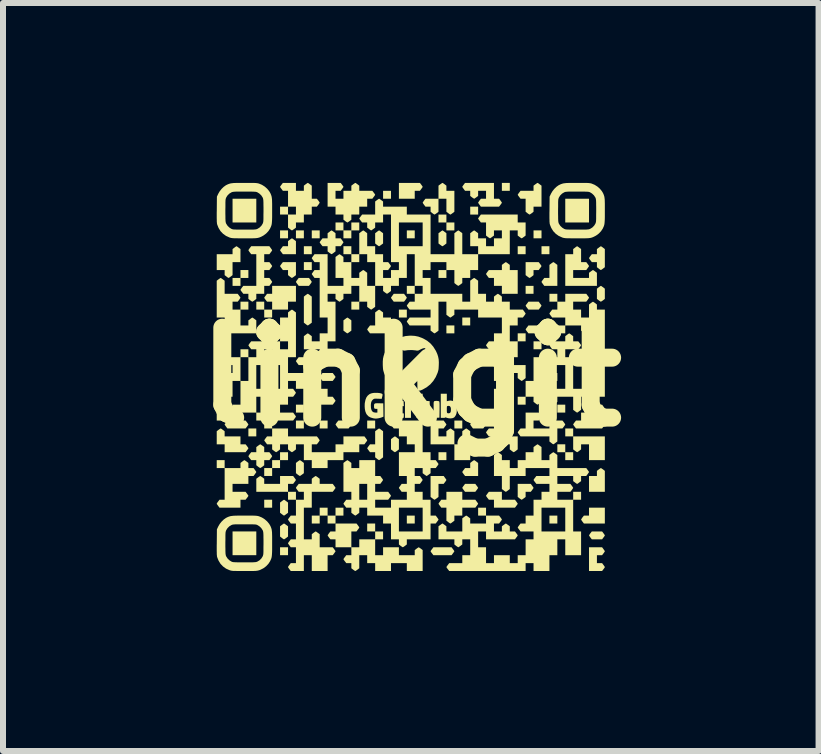
<source format=kicad_pcb>
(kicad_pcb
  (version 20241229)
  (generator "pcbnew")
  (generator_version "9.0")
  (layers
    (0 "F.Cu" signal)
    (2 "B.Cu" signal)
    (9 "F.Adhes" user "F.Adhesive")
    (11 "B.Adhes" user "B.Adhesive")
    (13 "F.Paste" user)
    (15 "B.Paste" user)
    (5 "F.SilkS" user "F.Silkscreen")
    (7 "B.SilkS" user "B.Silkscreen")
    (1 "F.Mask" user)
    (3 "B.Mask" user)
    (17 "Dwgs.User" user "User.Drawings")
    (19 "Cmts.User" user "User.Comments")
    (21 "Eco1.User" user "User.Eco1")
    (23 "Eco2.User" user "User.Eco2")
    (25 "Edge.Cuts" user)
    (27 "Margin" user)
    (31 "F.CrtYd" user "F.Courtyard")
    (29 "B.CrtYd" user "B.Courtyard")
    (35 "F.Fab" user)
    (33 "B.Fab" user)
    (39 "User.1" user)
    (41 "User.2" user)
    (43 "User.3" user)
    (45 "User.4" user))
  (footprint "linkgit"
    (layer "F.Cu")
    (at 3.8 3.236)
    (property "Reference" "linkgit" (at 0 0 0) (layer "F.SilkS") (effects (font (size 1.5 1.5) (thickness 0.3))))
    (attr board_only exclude_from_pos_files exclude_from_bom)
    (fp_poly (pts (xy -3.104 0.66) (xy -3.104 0.727) (xy -3.17 0.727) (xy -3.236 0.727) (xy -3.236 0.66) (xy -3.236 0.594) (xy -3.17 0.594) (xy -3.104 0.594)) (stroke (width 0) (type solid)) (fill yes) (layer "F.SilkS"))
    (fp_poly (pts (xy -2.576 -2.774) (xy -2.576 -2.576) (xy -2.774 -2.576) (xy -2.972 -2.576) (xy -2.972 -2.774) (xy -2.972 -2.972) (xy -2.774 -2.972) (xy -2.576 -2.972)) (stroke (width 0) (type solid)) (fill yes) (layer "F.SilkS"))
    (fp_poly (pts (xy -2.576 0.925) (xy -2.576 0.991) (xy -2.642 0.991) (xy -2.708 0.991) (xy -2.708 0.925) (xy -2.708 0.859) (xy -2.642 0.859) (xy -2.576 0.859)) (stroke (width 0) (type solid)) (fill yes) (layer "F.SilkS"))
    (fp_poly (pts (xy -2.576 2.774) (xy -2.576 2.972) (xy -2.774 2.972) (xy -2.972 2.972) (xy -2.972 2.774) (xy -2.972 2.576) (xy -2.774 2.576) (xy -2.576 2.576)) (stroke (width 0) (type solid)) (fill yes) (layer "F.SilkS"))
    (fp_poly (pts (xy -2.312 0) (xy -2.312 0.066) (xy -2.378 0.066) (xy -2.444 0.066) (xy -2.444 0) (xy -2.444 -0.066) (xy -2.378 -0.066) (xy -2.312 -0.066)) (stroke (width 0) (type solid)) (fill yes) (layer "F.SilkS"))
    (fp_poly (pts (xy -2.312 2.114) (xy -2.312 2.18) (xy -2.378 2.18) (xy -2.444 2.18) (xy -2.444 2.114) (xy -2.444 2.047) (xy -2.378 2.047) (xy -2.312 2.047)) (stroke (width 0) (type solid)) (fill yes) (layer "F.SilkS"))
    (fp_poly (pts (xy -2.047 -2.378) (xy -2.047 -2.312) (xy -2.114 -2.312) (xy -2.18 -2.312) (xy -2.18 -2.378) (xy -2.18 -2.444) (xy -2.114 -2.444) (xy -2.047 -2.444)) (stroke (width 0) (type solid)) (fill yes) (layer "F.SilkS"))
    (fp_poly (pts (xy -2.047 2.906) (xy -2.047 2.972) (xy -2.114 2.972) (xy -2.18 2.972) (xy -2.18 2.906) (xy -2.18 2.84) (xy -2.114 2.84) (xy -2.047 2.84)) (stroke (width 0) (type solid)) (fill yes) (layer "F.SilkS"))
    (fp_poly (pts (xy -1.783 -2.378) (xy -1.783 -2.312) (xy -1.849 -2.312) (xy -1.915 -2.312) (xy -1.915 -2.378) (xy -1.915 -2.444) (xy -1.849 -2.444) (xy -1.783 -2.444)) (stroke (width 0) (type solid)) (fill yes) (layer "F.SilkS"))
    (fp_poly (pts (xy -1.783 0.528) (xy -1.783 0.594) (xy -1.849 0.594) (xy -1.915 0.594) (xy -1.915 0.528) (xy -1.915 0.462) (xy -1.849 0.462) (xy -1.783 0.462)) (stroke (width 0) (type solid)) (fill yes) (layer "F.SilkS"))
    (fp_poly (pts (xy -1.651 -2.114) (xy -1.651 -2.047) (xy -1.717 -2.047) (xy -1.783 -2.047) (xy -1.783 -2.114) (xy -1.783 -2.18) (xy -1.717 -2.18) (xy -1.651 -2.18)) (stroke (width 0) (type solid)) (fill yes) (layer "F.SilkS"))
    (fp_poly (pts (xy -1.651 -1.849) (xy -1.651 -1.783) (xy -1.717 -1.783) (xy -1.783 -1.783) (xy -1.783 -1.849) (xy -1.783 -1.915) (xy -1.717 -1.915) (xy -1.651 -1.915)) (stroke (width 0) (type solid)) (fill yes) (layer "F.SilkS"))
    (fp_poly (pts (xy -1.519 -2.378) (xy -1.519 -2.312) (xy -1.585 -2.312) (xy -1.651 -2.312) (xy -1.651 -2.378) (xy -1.651 -2.444) (xy -1.585 -2.444) (xy -1.519 -2.444)) (stroke (width 0) (type solid)) (fill yes) (layer "F.SilkS"))
    (fp_poly (pts (xy -1.387 0.793) (xy -1.387 0.859) (xy -1.453 0.859) (xy -1.519 0.859) (xy -1.519 0.793) (xy -1.519 0.727) (xy -1.453 0.727) (xy -1.387 0.727)) (stroke (width 0) (type solid)) (fill yes) (layer "F.SilkS"))
    (fp_poly (pts (xy -0.594 0.793) (xy -0.594 0.859) (xy -0.66 0.859) (xy -0.727 0.859) (xy -0.727 0.793) (xy -0.727 0.727) (xy -0.66 0.727) (xy -0.594 0.727)) (stroke (width 0) (type solid)) (fill yes) (layer "F.SilkS"))
    (fp_poly (pts (xy -0.594 2.51) (xy -0.594 2.576) (xy -0.66 2.576) (xy -0.727 2.576) (xy -0.727 2.51) (xy -0.727 2.444) (xy -0.66 2.444) (xy -0.594 2.444)) (stroke (width 0) (type solid)) (fill yes) (layer "F.SilkS"))
    (fp_poly (pts (xy -0.33 -3.038) (xy -0.33 -2.972) (xy -0.396 -2.972) (xy -0.462 -2.972) (xy -0.462 -3.038) (xy -0.462 -3.104) (xy -0.396 -3.104) (xy -0.33 -3.104)) (stroke (width 0) (type solid)) (fill yes) (layer "F.SilkS"))
    (fp_poly (pts (xy -0.066 -1.057) (xy -0.066 -0.991) (xy -0.132 -0.991) (xy -0.198 -0.991) (xy -0.198 -1.057) (xy -0.198 -1.123) (xy -0.132 -1.123) (xy -0.066 -1.123)) (stroke (width 0) (type solid)) (fill yes) (layer "F.SilkS"))
    (fp_poly (pts (xy 0.066 -2.378) (xy 0.066 -2.312) (xy 0 -2.312) (xy -0.066 -2.312) (xy -0.066 -2.378) (xy -0.066 -2.444) (xy 0 -2.444) (xy 0.066 -2.444)) (stroke (width 0) (type solid)) (fill yes) (layer "F.SilkS"))
    (fp_poly (pts (xy 0.066 2.378) (xy 0.066 2.444) (xy 0 2.444) (xy -0.066 2.444) (xy -0.066 2.378) (xy -0.066 2.312) (xy 0 2.312) (xy 0.066 2.312)) (stroke (width 0) (type solid)) (fill yes) (layer "F.SilkS"))
    (fp_poly (pts (xy 0.594 -2.642) (xy 0.594 -2.576) (xy 0.528 -2.576) (xy 0.462 -2.576) (xy 0.462 -2.642) (xy 0.462 -2.708) (xy 0.528 -2.708) (xy 0.594 -2.708)) (stroke (width 0) (type solid)) (fill yes) (layer "F.SilkS"))
    (fp_poly (pts (xy 0.594 1.321) (xy 0.594 1.387) (xy 0.528 1.387) (xy 0.462 1.387) (xy 0.462 1.321) (xy 0.462 1.255) (xy 0.528 1.255) (xy 0.594 1.255)) (stroke (width 0) (type solid)) (fill yes) (layer "F.SilkS"))
    (fp_poly (pts (xy 0.727 -2.51) (xy 0.727 -2.444) (xy 0.66 -2.444) (xy 0.594 -2.444) (xy 0.594 -2.51) (xy 0.594 -2.576) (xy 0.66 -2.576) (xy 0.727 -2.576)) (stroke (width 0) (type solid)) (fill yes) (layer "F.SilkS"))
    (fp_poly (pts (xy 0.727 -0.793) (xy 0.727 -0.727) (xy 0.66 -0.727) (xy 0.594 -0.727) (xy 0.594 -0.793) (xy 0.594 -0.859) (xy 0.66 -0.859) (xy 0.727 -0.859)) (stroke (width 0) (type solid)) (fill yes) (layer "F.SilkS"))
    (fp_poly (pts (xy 0.859 0.793) (xy 0.859 0.859) (xy 0.793 0.859) (xy 0.727 0.859) (xy 0.727 0.793) (xy 0.727 0.727) (xy 0.793 0.727) (xy 0.859 0.727)) (stroke (width 0) (type solid)) (fill yes) (layer "F.SilkS"))
    (fp_poly (pts (xy 0.991 -0.925) (xy 0.991 -0.859) (xy 0.925 -0.859) (xy 0.859 -0.859) (xy 0.859 -0.925) (xy 0.859 -0.991) (xy 0.925 -0.991) (xy 0.991 -0.991)) (stroke (width 0) (type solid)) (fill yes) (layer "F.SilkS"))
    (fp_poly (pts (xy 1.123 -2.774) (xy 1.123 -2.708) (xy 1.057 -2.708) (xy 0.991 -2.708) (xy 0.991 -2.774) (xy 0.991 -2.84) (xy 1.057 -2.84) (xy 1.123 -2.84)) (stroke (width 0) (type solid)) (fill yes) (layer "F.SilkS"))
    (fp_poly (pts (xy 1.255 2.246) (xy 1.255 2.312) (xy 1.189 2.312) (xy 1.123 2.312) (xy 1.123 2.246) (xy 1.123 2.18) (xy 1.189 2.18) (xy 1.255 2.18)) (stroke (width 0) (type solid)) (fill yes) (layer "F.SilkS"))
    (fp_poly (pts (xy 1.651 -3.17) (xy 1.651 -3.104) (xy 1.585 -3.104) (xy 1.519 -3.104) (xy 1.519 -3.17) (xy 1.519 -3.236) (xy 1.585 -3.236) (xy 1.651 -3.236)) (stroke (width 0) (type solid)) (fill yes) (layer "F.SilkS"))
    (fp_poly (pts (xy 1.915 -2.114) (xy 1.915 -2.047) (xy 1.849 -2.047) (xy 1.783 -2.047) (xy 1.783 -2.114) (xy 1.783 -2.18) (xy 1.849 -2.18) (xy 1.915 -2.18)) (stroke (width 0) (type solid)) (fill yes) (layer "F.SilkS"))
    (fp_poly (pts (xy 2.047 -1.453) (xy 2.047 -1.387) (xy 1.981 -1.387) (xy 1.915 -1.387) (xy 1.915 -1.453) (xy 1.915 -1.519) (xy 1.981 -1.519) (xy 2.047 -1.519)) (stroke (width 0) (type solid)) (fill yes) (layer "F.SilkS"))
    (fp_poly (pts (xy 2.18 -2.378) (xy 2.18 -2.312) (xy 2.114 -2.312) (xy 2.047 -2.312) (xy 2.047 -2.378) (xy 2.047 -2.444) (xy 2.114 -2.444) (xy 2.18 -2.444)) (stroke (width 0) (type solid)) (fill yes) (layer "F.SilkS"))
    (fp_poly (pts (xy 2.18 -0.528) (xy 2.18 -0.462) (xy 2.114 -0.462) (xy 2.047 -0.462) (xy 2.047 -0.528) (xy 2.047 -0.594) (xy 2.114 -0.594) (xy 2.18 -0.594)) (stroke (width 0) (type solid)) (fill yes) (layer "F.SilkS"))
    (fp_poly (pts (xy 2.312 -2.114) (xy 2.312 -2.047) (xy 2.246 -2.047) (xy 2.18 -2.047) (xy 2.18 -2.114) (xy 2.18 -2.18) (xy 2.246 -2.18) (xy 2.312 -2.18)) (stroke (width 0) (type solid)) (fill yes) (layer "F.SilkS"))
    (fp_poly (pts (xy 2.312 0.528) (xy 2.312 0.594) (xy 2.246 0.594) (xy 2.18 0.594) (xy 2.18 0.528) (xy 2.18 0.462) (xy 2.246 0.462) (xy 2.312 0.462)) (stroke (width 0) (type solid)) (fill yes) (layer "F.SilkS"))
    (fp_poly (pts (xy 2.444 0) (xy 2.444 0.066) (xy 2.378 0.066) (xy 2.312 0.066) (xy 2.312 0) (xy 2.312 -0.066) (xy 2.378 -0.066) (xy 2.444 -0.066)) (stroke (width 0) (type solid)) (fill yes) (layer "F.SilkS"))
    (fp_poly (pts (xy 2.444 2.378) (xy 2.444 2.444) (xy 2.378 2.444) (xy 2.312 2.444) (xy 2.312 2.378) (xy 2.312 2.312) (xy 2.378 2.312) (xy 2.444 2.312)) (stroke (width 0) (type solid)) (fill yes) (layer "F.SilkS"))
    (fp_poly (pts (xy 2.576 0.528) (xy 2.576 0.594) (xy 2.51 0.594) (xy 2.444 0.594) (xy 2.444 0.528) (xy 2.444 0.462) (xy 2.51 0.462) (xy 2.576 0.462)) (stroke (width 0) (type solid)) (fill yes) (layer "F.SilkS"))
    (fp_poly (pts (xy 2.576 1.189) (xy 2.576 1.255) (xy 2.51 1.255) (xy 2.444 1.255) (xy 2.444 1.189) (xy 2.444 1.123) (xy 2.51 1.123) (xy 2.576 1.123)) (stroke (width 0) (type solid)) (fill yes) (layer "F.SilkS"))
    (fp_poly (pts (xy 2.708 0.925) (xy 2.708 0.991) (xy 2.642 0.991) (xy 2.576 0.991) (xy 2.576 0.925) (xy 2.576 0.859) (xy 2.642 0.859) (xy 2.708 0.859)) (stroke (width 0) (type solid)) (fill yes) (layer "F.SilkS"))
    (fp_poly (pts (xy 2.708 1.321) (xy 2.708 1.387) (xy 2.642 1.387) (xy 2.576 1.387) (xy 2.576 1.321) (xy 2.576 1.255) (xy 2.642 1.255) (xy 2.708 1.255)) (stroke (width 0) (type solid)) (fill yes) (layer "F.SilkS"))
    (fp_poly (pts (xy 2.972 -2.774) (xy 2.972 -2.576) (xy 2.774 -2.576) (xy 2.576 -2.576) (xy 2.576 -2.774) (xy 2.576 -2.972) (xy 2.774 -2.972) (xy 2.972 -2.972)) (stroke (width 0) (type solid)) (fill yes) (layer "F.SilkS"))
    (fp_poly (pts (xy -2.708 -1.717) (xy -2.708 -1.651) (xy -2.774 -1.651) (xy -2.84 -1.651) (xy -2.84 -1.585) (xy -2.84 -1.519) (xy -2.906 -1.519) (xy -2.972 -1.519) (xy -2.972 -1.585) (xy -2.972 -1.651) (xy -2.906 -1.651) (xy -2.84 -1.651) (xy -2.84 -1.717) (xy -2.84 -1.783) (xy -2.774 -1.783) (xy -2.708 -1.783)) (stroke (width 0) (type solid)) (fill yes) (layer "F.SilkS"))
    (fp_poly (pts (xy -1.651 0.66) (xy -1.651 0.727) (xy -1.717 0.727) (xy -1.783 0.727) (xy -1.783 0.793) (xy -1.783 0.859) (xy -1.849 0.859) (xy -1.915 0.859) (xy -1.915 0.793) (xy -1.915 0.727) (xy -1.849 0.727) (xy -1.783 0.727) (xy -1.783 0.66) (xy -1.783 0.594) (xy -1.717 0.594) (xy -1.651 0.594)) (stroke (width 0) (type solid)) (fill yes) (layer "F.SilkS"))
    (fp_poly (pts (xy 0.175 -3.206) (xy 0.187 -3.189) (xy 0.196 -3.176) (xy 0.198 -3.17) (xy 0.195 -3.163) (xy 0.185 -3.149) (xy 0.175 -3.135) (xy 0.152 -3.104) (xy 0.109 -3.104) (xy 0.066 -3.104) (xy 0.066 -3.038) (xy 0.066 -2.972) (xy -0.066 -2.972) (xy -0.198 -2.972) (xy -0.198 -3.104) (xy -0.198 -3.236) (xy -0.023 -3.236) (xy 0.152 -3.236)) (stroke (width 0) (type solid)) (fill yes) (layer "F.SilkS"))
    (fp_poly (pts (xy 3.178 1.523) (xy 3.191 1.532) (xy 3.206 1.542) (xy 3.236 1.566) (xy 3.236 1.741) (xy 3.236 1.915) (xy 3.104 1.915) (xy 2.972 1.915) (xy 2.972 1.783) (xy 2.972 1.651) (xy 3.038 1.651) (xy 3.104 1.651) (xy 3.104 1.608) (xy 3.104 1.566) (xy 3.135 1.542) (xy 3.152 1.53) (xy 3.165 1.522) (xy 3.17 1.519)) (stroke (width 0) (type solid)) (fill yes) (layer "F.SilkS"))
    (fp_poly (pts (xy 3.236 2.312) (xy 3.236 2.444) (xy 3.061 2.444) (xy 2.887 2.444) (xy 2.863 2.413) (xy 2.851 2.396) (xy 2.843 2.383) (xy 2.84 2.378) (xy 2.844 2.37) (xy 2.853 2.357) (xy 2.863 2.342) (xy 2.887 2.312) (xy 2.929 2.312) (xy 2.972 2.312) (xy 2.972 2.246) (xy 2.972 2.18) (xy 3.104 2.18) (xy 3.236 2.18)) (stroke (width 0) (type solid)) (fill yes) (layer "F.SilkS"))
    (fp_poly (pts (xy -2.106 2.051) (xy -2.092 2.06) (xy -2.078 2.071) (xy -2.047 2.094) (xy -2.047 2.18) (xy -2.047 2.265) (xy -2.078 2.288) (xy -2.095 2.301) (xy -2.108 2.309) (xy -2.114 2.312) (xy -2.122 2.308) (xy -2.136 2.298) (xy -2.15 2.288) (xy -2.18 2.265) (xy -2.18 2.179) (xy -2.18 2.094) (xy -2.149 2.071) (xy -2.132 2.058) (xy -2.119 2.05) (xy -2.114 2.047)) (stroke (width 0) (type solid)) (fill yes) (layer "F.SilkS"))
    (fp_poly (pts (xy -2.106 2.447) (xy -2.092 2.457) (xy -2.078 2.467) (xy -2.047 2.49) (xy -2.047 2.576) (xy -2.047 2.661) (xy -2.078 2.685) (xy -2.095 2.697) (xy -2.108 2.705) (xy -2.114 2.708) (xy -2.122 2.704) (xy -2.136 2.695) (xy -2.15 2.684) (xy -2.18 2.661) (xy -2.18 2.576) (xy -2.18 2.49) (xy -2.149 2.467) (xy -2.132 2.455) (xy -2.119 2.446) (xy -2.114 2.444)) (stroke (width 0) (type solid)) (fill yes) (layer "F.SilkS"))
    (fp_poly (pts (xy -1.842 1.391) (xy -1.828 1.4) (xy -1.814 1.41) (xy -1.783 1.434) (xy -1.783 1.519) (xy -1.783 1.605) (xy -1.814 1.628) (xy -1.831 1.64) (xy -1.844 1.649) (xy -1.85 1.651) (xy -1.858 1.647) (xy -1.872 1.638) (xy -1.886 1.628) (xy -1.915 1.604) (xy -1.915 1.519) (xy -1.915 1.434) (xy -1.885 1.41) (xy -1.868 1.398) (xy -1.855 1.39) (xy -1.849 1.387)) (stroke (width 0) (type solid)) (fill yes) (layer "F.SilkS"))
    (fp_poly (pts (xy -1.71 -1.383) (xy -1.696 -1.374) (xy -1.682 -1.364) (xy -1.651 -1.34) (xy -1.651 -1.123) (xy -1.651 -0.905) (xy -1.682 -0.882) (xy -1.699 -0.87) (xy -1.712 -0.861) (xy -1.718 -0.859) (xy -1.726 -0.862) (xy -1.74 -0.872) (xy -1.753 -0.882) (xy -1.783 -0.905) (xy -1.783 -1.123) (xy -1.783 -1.34) (xy -1.753 -1.364) (xy -1.736 -1.376) (xy -1.723 -1.384) (xy -1.717 -1.387)) (stroke (width 0) (type solid)) (fill yes) (layer "F.SilkS"))
    (fp_poly (pts (xy -1.674 -1.621) (xy -1.662 -1.604) (xy -1.654 -1.591) (xy -1.651 -1.585) (xy -1.655 -1.578) (xy -1.664 -1.564) (xy -1.674 -1.55) (xy -1.698 -1.519) (xy -1.783 -1.519) (xy -1.869 -1.519) (xy -1.892 -1.55) (xy -1.904 -1.567) (xy -1.913 -1.58) (xy -1.915 -1.585) (xy -1.912 -1.592) (xy -1.903 -1.606) (xy -1.892 -1.621) (xy -1.869 -1.651) (xy -1.783 -1.651) (xy -1.698 -1.651)) (stroke (width 0) (type solid)) (fill yes) (layer "F.SilkS"))
    (fp_poly (pts (xy -1.278 -0.035) (xy -1.266 -0.019) (xy -1.257 -0.006) (xy -1.255 0) (xy -1.258 0.007) (xy -1.268 0.021) (xy -1.278 0.035) (xy -1.302 0.066) (xy -1.387 0.066) (xy -1.472 0.066) (xy -1.496 0.035) (xy -1.508 0.019) (xy -1.517 0.006) (xy -1.519 0) (xy -1.516 -0.007) (xy -1.506 -0.021) (xy -1.496 -0.035) (xy -1.472 -0.066) (xy -1.387 -0.066) (xy -1.302 -0.066)) (stroke (width 0) (type solid)) (fill yes) (layer "F.SilkS"))
    (fp_poly (pts (xy -1.05 -0.987) (xy -1.036 -0.978) (xy -1.021 -0.967) (xy -0.991 -0.944) (xy -0.991 -0.859) (xy -0.991 -0.773) (xy -1.021 -0.75) (xy -1.038 -0.738) (xy -1.052 -0.729) (xy -1.057 -0.727) (xy -1.065 -0.73) (xy -1.079 -0.74) (xy -1.093 -0.75) (xy -1.123 -0.773) (xy -1.123 -0.859) (xy -1.123 -0.944) (xy -1.092 -0.967) (xy -1.075 -0.98) (xy -1.062 -0.988) (xy -1.057 -0.991)) (stroke (width 0) (type solid)) (fill yes) (layer "F.SilkS"))
    (fp_poly (pts (xy -1.014 0.757) (xy -1.002 0.774) (xy -0.993 0.787) (xy -0.991 0.793) (xy -0.994 0.8) (xy -1.003 0.814) (xy -1.014 0.828) (xy -1.037 0.859) (xy -1.123 0.859) (xy -1.208 0.859) (xy -1.232 0.828) (xy -1.244 0.811) (xy -1.252 0.798) (xy -1.255 0.793) (xy -1.251 0.785) (xy -1.242 0.771) (xy -1.232 0.757) (xy -1.208 0.727) (xy -1.123 0.727) (xy -1.037 0.727)) (stroke (width 0) (type solid)) (fill yes) (layer "F.SilkS"))
    (fp_poly (pts (xy -0.521 -2.44) (xy -0.507 -2.431) (xy -0.493 -2.42) (xy -0.462 -2.397) (xy -0.462 -2.312) (xy -0.462 -2.226) (xy -0.493 -2.203) (xy -0.51 -2.191) (xy -0.523 -2.182) (xy -0.529 -2.18) (xy -0.537 -2.183) (xy -0.551 -2.193) (xy -0.565 -2.203) (xy -0.594 -2.226) (xy -0.594 -2.312) (xy -0.594 -2.397) (xy -0.564 -2.42) (xy -0.547 -2.433) (xy -0.534 -2.441) (xy -0.528 -2.444)) (stroke (width 0) (type solid)) (fill yes) (layer "F.SilkS"))
    (fp_poly (pts (xy -0.257 0.994) (xy -0.243 1.003) (xy -0.229 1.014) (xy -0.198 1.037) (xy -0.198 1.123) (xy -0.198 1.208) (xy -0.229 1.232) (xy -0.246 1.244) (xy -0.259 1.252) (xy -0.265 1.255) (xy -0.272 1.251) (xy -0.287 1.242) (xy -0.3 1.231) (xy -0.33 1.208) (xy -0.33 1.123) (xy -0.33 1.037) (xy -0.3 1.014) (xy -0.283 1.002) (xy -0.27 0.993) (xy -0.264 0.991)) (stroke (width 0) (type solid)) (fill yes) (layer "F.SilkS"))
    (fp_poly (pts (xy -0.089 -1.356) (xy -0.077 -1.34) (xy -0.069 -1.327) (xy -0.066 -1.321) (xy -0.07 -1.314) (xy -0.079 -1.3) (xy -0.089 -1.285) (xy -0.113 -1.255) (xy -0.198 -1.255) (xy -0.284 -1.255) (xy -0.307 -1.285) (xy -0.319 -1.302) (xy -0.328 -1.315) (xy -0.33 -1.321) (xy -0.327 -1.328) (xy -0.317 -1.342) (xy -0.307 -1.356) (xy -0.284 -1.387) (xy -0.198 -1.387) (xy -0.113 -1.387)) (stroke (width 0) (type solid)) (fill yes) (layer "F.SilkS"))
    (fp_poly (pts (xy 0.536 -2.44) (xy 0.549 -2.431) (xy 0.564 -2.42) (xy 0.594 -2.397) (xy 0.594 -2.312) (xy 0.594 -2.226) (xy 0.564 -2.203) (xy 0.547 -2.191) (xy 0.534 -2.182) (xy 0.528 -2.18) (xy 0.52 -2.183) (xy 0.506 -2.193) (xy 0.492 -2.203) (xy 0.462 -2.226) (xy 0.462 -2.312) (xy 0.462 -2.397) (xy 0.493 -2.42) (xy 0.51 -2.433) (xy 0.523 -2.441) (xy 0.528 -2.444)) (stroke (width 0) (type solid)) (fill yes) (layer "F.SilkS"))
    (fp_poly (pts (xy 0.703 2.871) (xy 0.716 2.888) (xy 0.724 2.901) (xy 0.727 2.906) (xy 0.723 2.913) (xy 0.714 2.927) (xy 0.703 2.942) (xy 0.68 2.972) (xy 0.528 2.972) (xy 0.377 2.972) (xy 0.354 2.942) (xy 0.341 2.925) (xy 0.333 2.912) (xy 0.33 2.906) (xy 0.334 2.899) (xy 0.343 2.885) (xy 0.354 2.871) (xy 0.377 2.84) (xy 0.528 2.84) (xy 0.68 2.84)) (stroke (width 0) (type solid)) (fill yes) (layer "F.SilkS"))
    (fp_poly (pts (xy 1.099 1.814) (xy 1.112 1.831) (xy 1.12 1.844) (xy 1.123 1.849) (xy 1.119 1.857) (xy 1.11 1.87) (xy 1.099 1.885) (xy 1.076 1.915) (xy 0.991 1.915) (xy 0.905 1.915) (xy 0.882 1.885) (xy 0.87 1.868) (xy 0.861 1.855) (xy 0.859 1.849) (xy 0.862 1.842) (xy 0.871 1.828) (xy 0.882 1.814) (xy 0.905 1.783) (xy 0.991 1.783) (xy 1.076 1.783)) (stroke (width 0) (type solid)) (fill yes) (layer "F.SilkS"))
    (fp_poly (pts (xy 1.232 0.757) (xy 1.244 0.774) (xy 1.252 0.787) (xy 1.255 0.793) (xy 1.251 0.8) (xy 1.242 0.814) (xy 1.232 0.828) (xy 1.208 0.859) (xy 1.123 0.859) (xy 1.037 0.859) (xy 1.014 0.828) (xy 1.002 0.811) (xy 0.993 0.798) (xy 0.991 0.793) (xy 0.994 0.785) (xy 1.003 0.771) (xy 1.014 0.757) (xy 1.037 0.727) (xy 1.123 0.727) (xy 1.208 0.727)) (stroke (width 0) (type solid)) (fill yes) (layer "F.SilkS"))
    (fp_poly (pts (xy 2.156 -1.224) (xy 2.169 -1.207) (xy 2.177 -1.194) (xy 2.18 -1.189) (xy 2.176 -1.182) (xy 2.167 -1.168) (xy 2.156 -1.153) (xy 2.133 -1.123) (xy 2.047 -1.123) (xy 1.962 -1.123) (xy 1.939 -1.153) (xy 1.926 -1.17) (xy 1.918 -1.183) (xy 1.915 -1.189) (xy 1.919 -1.196) (xy 1.928 -1.21) (xy 1.939 -1.224) (xy 1.962 -1.255) (xy 2.047 -1.255) (xy 2.133 -1.255)) (stroke (width 0) (type solid)) (fill yes) (layer "F.SilkS"))
    (fp_poly (pts (xy 3.178 -1.516) (xy 3.191 -1.506) (xy 3.206 -1.496) (xy 3.236 -1.472) (xy 3.236 -1.387) (xy 3.236 -1.302) (xy 3.206 -1.278) (xy 3.189 -1.266) (xy 3.175 -1.258) (xy 3.17 -1.255) (xy 3.162 -1.259) (xy 3.148 -1.268) (xy 3.134 -1.278) (xy 3.104 -1.302) (xy 3.104 -1.387) (xy 3.104 -1.472) (xy 3.135 -1.496) (xy 3.152 -1.508) (xy 3.165 -1.517) (xy 3.17 -1.519)) (stroke (width 0) (type solid)) (fill yes) (layer "F.SilkS"))
    (fp_poly (pts (xy 3.213 2.606) (xy 3.225 2.623) (xy 3.234 2.636) (xy 3.236 2.642) (xy 3.233 2.649) (xy 3.224 2.663) (xy 3.213 2.677) (xy 3.19 2.708) (xy 3.104 2.708) (xy 3.019 2.708) (xy 2.995 2.677) (xy 2.983 2.66) (xy 2.975 2.647) (xy 2.972 2.642) (xy 2.976 2.635) (xy 2.985 2.621) (xy 2.995 2.606) (xy 3.019 2.576) (xy 3.104 2.576) (xy 3.19 2.576)) (stroke (width 0) (type solid)) (fill yes) (layer "F.SilkS"))
    (fp_poly (pts (xy 3.236 1.189) (xy 3.236 1.387) (xy 3.104 1.387) (xy 2.972 1.387) (xy 2.972 1.255) (xy 2.972 1.123) (xy 2.906 1.123) (xy 2.84 1.123) (xy 2.84 1.166) (xy 2.84 1.208) (xy 2.809 1.232) (xy 2.793 1.244) (xy 2.78 1.252) (xy 2.774 1.255) (xy 2.767 1.251) (xy 2.753 1.242) (xy 2.739 1.232) (xy 2.708 1.208) (xy 2.708 1.099) (xy 2.708 0.991) (xy 2.972 0.991) (xy 3.236 0.991)) (stroke (width 0) (type solid)) (fill yes) (layer "F.SilkS"))
    (fp_poly (pts (xy -2.047 1.321) (xy -2.047 1.387) (xy -2.114 1.387) (xy -2.18 1.387) (xy -2.18 1.453) (xy -2.18 1.519) (xy -2.246 1.519) (xy -2.312 1.519) (xy -2.312 1.585) (xy -2.312 1.651) (xy -2.378 1.651) (xy -2.444 1.651) (xy -2.444 1.585) (xy -2.444 1.519) (xy -2.378 1.519) (xy -2.312 1.519) (xy -2.312 1.453) (xy -2.312 1.387) (xy -2.246 1.387) (xy -2.18 1.387) (xy -2.18 1.321) (xy -2.18 1.255) (xy -2.114 1.255) (xy -2.047 1.255)) (stroke (width 0) (type solid)) (fill yes) (layer "F.SilkS"))
    (fp_poly (pts (xy -1.974 -2.308) (xy -1.96 -2.299) (xy -1.946 -2.288) (xy -1.915 -2.265) (xy -1.915 -2.156) (xy -1.915 -2.047) (xy -2.024 -2.047) (xy -2.133 -2.047) (xy -2.156 -2.078) (xy -2.169 -2.095) (xy -2.177 -2.108) (xy -2.18 -2.114) (xy -2.176 -2.121) (xy -2.167 -2.135) (xy -2.156 -2.149) (xy -2.133 -2.18) (xy -2.09 -2.18) (xy -2.047 -2.18) (xy -2.047 -2.222) (xy -2.047 -2.265) (xy -2.017 -2.288) (xy -2 -2.301) (xy -1.987 -2.309) (xy -1.981 -2.312)) (stroke (width 0) (type solid)) (fill yes) (layer "F.SilkS"))
    (fp_poly (pts (xy -1.915 -1.807) (xy -1.915 -1.698) (xy -1.946 -1.674) (xy -1.963 -1.662) (xy -1.976 -1.654) (xy -1.982 -1.651) (xy -1.99 -1.655) (xy -2.004 -1.664) (xy -2.018 -1.675) (xy -2.047 -1.698) (xy -2.047 -1.741) (xy -2.047 -1.783) (xy -2.09 -1.783) (xy -2.133 -1.783) (xy -2.156 -1.814) (xy -2.169 -1.831) (xy -2.177 -1.844) (xy -2.18 -1.849) (xy -2.176 -1.857) (xy -2.167 -1.87) (xy -2.156 -1.885) (xy -2.133 -1.915) (xy -2.024 -1.915) (xy -1.915 -1.915)) (stroke (width 0) (type solid)) (fill yes) (layer "F.SilkS"))
    (fp_poly (pts (xy -1.123 -2.51) (xy -1.123 -2.444) (xy -1.057 -2.444) (xy -0.991 -2.444) (xy -0.991 -2.51) (xy -0.991 -2.576) (xy -0.925 -2.576) (xy -0.859 -2.576) (xy -0.859 -2.51) (xy -0.859 -2.444) (xy -0.925 -2.444) (xy -0.991 -2.444) (xy -0.991 -2.378) (xy -0.991 -2.312) (xy -1.057 -2.312) (xy -1.123 -2.312) (xy -1.123 -2.378) (xy -1.123 -2.444) (xy -1.189 -2.444) (xy -1.255 -2.444) (xy -1.255 -2.51) (xy -1.255 -2.576) (xy -1.189 -2.576) (xy -1.123 -2.576)) (stroke (width 0) (type solid)) (fill yes) (layer "F.SilkS"))
    (fp_poly (pts (xy 0.198 0.481) (xy 0.198 0.682) (xy 0.148 0.682) (xy 0.097 0.682) (xy 0.097 0.601) (xy 0.097 0.519) (xy 0.05 0.519) (xy 0.003 0.519) (xy 0.003 0.601) (xy 0.003 0.682) (xy -0.047 0.682) (xy -0.097 0.682) (xy -0.097 0.481) (xy -0.097 0.28) (xy -0.047 0.28) (xy 0.003 0.28) (xy 0.003 0.352) (xy 0.003 0.425) (xy 0.05 0.425) (xy 0.097 0.425) (xy 0.099 0.354) (xy 0.101 0.283) (xy 0.149 0.281) (xy 0.198 0.279)) (stroke (width 0) (type solid)) (fill yes) (layer "F.SilkS"))
    (fp_poly (pts (xy 0.571 1.682) (xy 0.583 1.699) (xy 0.592 1.712) (xy 0.594 1.717) (xy 0.591 1.724) (xy 0.582 1.738) (xy 0.571 1.753) (xy 0.548 1.783) (xy 0.505 1.783) (xy 0.462 1.783) (xy 0.462 1.892) (xy 0.462 2.001) (xy 0.432 2.024) (xy 0.415 2.036) (xy 0.401 2.045) (xy 0.396 2.047) (xy 0.388 2.044) (xy 0.374 2.034) (xy 0.36 2.024) (xy 0.33 2.001) (xy 0.33 1.826) (xy 0.33 1.651) (xy 0.439 1.651) (xy 0.548 1.651)) (stroke (width 0) (type solid)) (fill yes) (layer "F.SilkS"))
    (fp_poly (pts (xy 1.064 1.391) (xy 1.078 1.4) (xy 1.092 1.41) (xy 1.123 1.434) (xy 1.123 1.542) (xy 1.123 1.651) (xy 1.014 1.651) (xy 0.905 1.651) (xy 0.882 1.621) (xy 0.87 1.604) (xy 0.861 1.591) (xy 0.859 1.585) (xy 0.862 1.578) (xy 0.871 1.564) (xy 0.882 1.55) (xy 0.905 1.519) (xy 0.948 1.519) (xy 0.991 1.519) (xy 0.991 1.476) (xy 0.991 1.434) (xy 1.021 1.41) (xy 1.038 1.398) (xy 1.051 1.39) (xy 1.057 1.387)) (stroke (width 0) (type solid)) (fill yes) (layer "F.SilkS"))
    (fp_poly (pts (xy 2.024 1.814) (xy 2.036 1.831) (xy 2.045 1.844) (xy 2.047 1.849) (xy 2.044 1.857) (xy 2.035 1.87) (xy 2.024 1.885) (xy 2.001 1.915) (xy 1.958 1.915) (xy 1.915 1.915) (xy 1.915 1.958) (xy 1.915 2.001) (xy 1.885 2.024) (xy 1.868 2.036) (xy 1.854 2.045) (xy 1.849 2.047) (xy 1.841 2.044) (xy 1.827 2.034) (xy 1.813 2.024) (xy 1.783 2.001) (xy 1.783 1.892) (xy 1.783 1.783) (xy 1.892 1.783) (xy 2.001 1.783)) (stroke (width 0) (type solid)) (fill yes) (layer "F.SilkS"))
    (fp_poly (pts (xy 2.156 -1.885) (xy 2.169 -1.868) (xy 2.177 -1.855) (xy 2.18 -1.849) (xy 2.176 -1.842) (xy 2.167 -1.828) (xy 2.156 -1.814) (xy 2.133 -1.783) (xy 2.09 -1.783) (xy 2.047 -1.783) (xy 2.047 -1.741) (xy 2.047 -1.698) (xy 2.017 -1.674) (xy 2 -1.662) (xy 1.987 -1.654) (xy 1.981 -1.651) (xy 1.973 -1.655) (xy 1.959 -1.664) (xy 1.945 -1.675) (xy 1.915 -1.698) (xy 1.915 -1.807) (xy 1.915 -1.915) (xy 2.024 -1.915) (xy 2.133 -1.915)) (stroke (width 0) (type solid)) (fill yes) (layer "F.SilkS"))
    (fp_poly (pts (xy 2.312 -0.75) (xy 2.312 -0.641) (xy 2.281 -0.618) (xy 2.264 -0.605) (xy 2.251 -0.597) (xy 2.245 -0.595) (xy 2.237 -0.598) (xy 2.223 -0.608) (xy 2.209 -0.618) (xy 2.18 -0.641) (xy 2.18 -0.684) (xy 2.18 -0.727) (xy 2.071 -0.727) (xy 1.962 -0.727) (xy 1.939 -0.757) (xy 1.926 -0.774) (xy 1.918 -0.787) (xy 1.915 -0.793) (xy 1.919 -0.8) (xy 1.928 -0.814) (xy 1.939 -0.828) (xy 1.962 -0.859) (xy 2.137 -0.859) (xy 2.312 -0.859)) (stroke (width 0) (type solid)) (fill yes) (layer "F.SilkS"))
    (fp_poly (pts (xy 2.385 -1.912) (xy 2.399 -1.903) (xy 2.413 -1.892) (xy 2.444 -1.869) (xy 2.444 -1.694) (xy 2.444 -1.519) (xy 2.335 -1.519) (xy 2.226 -1.519) (xy 2.203 -1.55) (xy 2.191 -1.567) (xy 2.182 -1.58) (xy 2.18 -1.585) (xy 2.183 -1.592) (xy 2.192 -1.606) (xy 2.203 -1.621) (xy 2.226 -1.651) (xy 2.269 -1.651) (xy 2.312 -1.651) (xy 2.312 -1.76) (xy 2.312 -1.869) (xy 2.342 -1.892) (xy 2.359 -1.904) (xy 2.372 -1.913) (xy 2.378 -1.915)) (stroke (width 0) (type solid)) (fill yes) (layer "F.SilkS"))
    (fp_poly (pts (xy 1.519 1.981) (xy 1.519 2.047) (xy 1.628 2.047) (xy 1.737 2.047) (xy 1.76 2.078) (xy 1.772 2.095) (xy 1.781 2.108) (xy 1.783 2.114) (xy 1.78 2.121) (xy 1.771 2.135) (xy 1.76 2.149) (xy 1.737 2.18) (xy 1.562 2.18) (xy 1.387 2.18) (xy 1.387 2.114) (xy 1.387 2.047) (xy 1.344 2.047) (xy 1.302 2.047) (xy 1.278 2.017) (xy 1.266 2) (xy 1.257 1.987) (xy 1.255 1.981) (xy 1.258 1.974) (xy 1.268 1.96) (xy 1.278 1.946) (xy 1.302 1.915) (xy 1.41 1.915) (xy 1.519 1.915)) (stroke (width 0) (type solid)) (fill yes) (layer "F.SilkS"))
    (fp_poly (pts (xy 3.213 2.871) (xy 3.225 2.888) (xy 3.234 2.901) (xy 3.236 2.906) (xy 3.233 2.913) (xy 3.224 2.927) (xy 3.213 2.942) (xy 3.19 2.972) (xy 3.147 2.972) (xy 3.104 2.972) (xy 3.104 3.038) (xy 3.104 3.104) (xy 3.147 3.104) (xy 3.19 3.104) (xy 3.213 3.135) (xy 3.225 3.152) (xy 3.234 3.165) (xy 3.236 3.17) (xy 3.233 3.178) (xy 3.224 3.191) (xy 3.213 3.206) (xy 3.19 3.236) (xy 3.081 3.236) (xy 2.972 3.236) (xy 2.972 3.038) (xy 2.972 2.84) (xy 3.081 2.84) (xy 3.19 2.84)) (stroke (width 0) (type solid)) (fill yes) (layer "F.SilkS"))
    (fp_poly (pts (xy -3.163 0.862) (xy -3.149 0.871) (xy -3.135 0.882) (xy -3.104 0.905) (xy -3.104 0.948) (xy -3.104 0.991) (xy -2.972 0.991) (xy -2.84 0.991) (xy -2.84 1.057) (xy -2.84 1.123) (xy -2.797 1.123) (xy -2.755 1.123) (xy -2.731 1.153) (xy -2.719 1.17) (xy -2.71 1.183) (xy -2.708 1.189) (xy -2.711 1.196) (xy -2.721 1.21) (xy -2.731 1.224) (xy -2.755 1.255) (xy -2.929 1.255) (xy -3.104 1.255) (xy -3.104 1.189) (xy -3.104 1.123) (xy -3.17 1.123) (xy -3.236 1.123) (xy -3.236 1.014) (xy -3.236 0.905) (xy -3.206 0.882) (xy -3.189 0.87) (xy -3.176 0.861) (xy -3.17 0.859)) (stroke (width 0) (type solid)) (fill yes) (layer "F.SilkS"))
    (fp_poly (pts (xy -2.899 -2.176) (xy -2.885 -2.167) (xy -2.871 -2.156) (xy -2.84 -2.133) (xy -2.84 -2.024) (xy -2.84 -1.915) (xy -2.906 -1.915) (xy -2.972 -1.915) (xy -2.972 -1.807) (xy -2.972 -1.698) (xy -3.003 -1.674) (xy -3.02 -1.662) (xy -3.033 -1.654) (xy -3.039 -1.651) (xy -3.046 -1.655) (xy -3.061 -1.664) (xy -3.074 -1.675) (xy -3.104 -1.698) (xy -3.104 -1.741) (xy -3.104 -1.783) (xy -3.17 -1.783) (xy -3.236 -1.783) (xy -3.236 -1.915) (xy -3.236 -2.047) (xy -3.104 -2.047) (xy -2.972 -2.047) (xy -2.972 -2.09) (xy -2.972 -2.133) (xy -2.942 -2.156) (xy -2.925 -2.169) (xy -2.912 -2.177) (xy -2.906 -2.18)) (stroke (width 0) (type solid)) (fill yes) (layer "F.SilkS"))
    (fp_poly (pts (xy -1.939 1.682) (xy -1.926 1.699) (xy -1.918 1.712) (xy -1.915 1.717) (xy -1.919 1.724) (xy -1.928 1.738) (xy -1.939 1.753) (xy -1.962 1.783) (xy -2.005 1.783) (xy -2.047 1.783) (xy -2.047 1.849) (xy -2.047 1.915) (xy -2.312 1.915) (xy -2.576 1.915) (xy -2.576 1.807) (xy -2.576 1.698) (xy -2.545 1.674) (xy -2.528 1.662) (xy -2.515 1.654) (xy -2.51 1.651) (xy -2.503 1.655) (xy -2.489 1.664) (xy -2.474 1.674) (xy -2.444 1.698) (xy -2.444 1.741) (xy -2.444 1.783) (xy -2.312 1.783) (xy -2.18 1.783) (xy -2.18 1.717) (xy -2.18 1.651) (xy -2.071 1.651) (xy -1.962 1.651)) (stroke (width 0) (type solid)) (fill yes) (layer "F.SilkS"))
    (fp_poly (pts (xy -1.387 2.246) (xy -1.387 2.312) (xy -1.321 2.312) (xy -1.255 2.312) (xy -1.255 2.246) (xy -1.255 2.18) (xy -1.189 2.18) (xy -1.123 2.18) (xy -1.123 2.246) (xy -1.123 2.312) (xy -1.189 2.312) (xy -1.255 2.312) (xy -1.255 2.378) (xy -1.255 2.444) (xy -1.321 2.444) (xy -1.387 2.444) (xy -1.387 2.378) (xy -1.387 2.312) (xy -1.453 2.312) (xy -1.519 2.312) (xy -1.519 2.378) (xy -1.519 2.444) (xy -1.585 2.444) (xy -1.651 2.444) (xy -1.651 2.378) (xy -1.651 2.312) (xy -1.585 2.312) (xy -1.519 2.312) (xy -1.519 2.246) (xy -1.519 2.18) (xy -1.453 2.18) (xy -1.387 2.18)) (stroke (width 0) (type solid)) (fill yes) (layer "F.SilkS"))
    (fp_poly (pts (xy -0.521 0.862) (xy -0.507 0.871) (xy -0.493 0.882) (xy -0.462 0.905) (xy -0.462 1.123) (xy -0.462 1.34) (xy -0.493 1.364) (xy -0.51 1.376) (xy -0.523 1.384) (xy -0.529 1.387) (xy -0.537 1.383) (xy -0.551 1.374) (xy -0.565 1.363) (xy -0.594 1.34) (xy -0.594 1.298) (xy -0.594 1.255) (xy -0.637 1.255) (xy -0.68 1.255) (xy -0.703 1.224) (xy -0.716 1.207) (xy -0.724 1.194) (xy -0.727 1.189) (xy -0.723 1.182) (xy -0.714 1.168) (xy -0.703 1.153) (xy -0.68 1.123) (xy -0.637 1.123) (xy -0.594 1.123) (xy -0.594 1.014) (xy -0.594 0.905) (xy -0.564 0.882) (xy -0.547 0.87) (xy -0.534 0.861) (xy -0.528 0.859)) (stroke (width 0) (type solid)) (fill yes) (layer "F.SilkS"))
    (fp_poly (pts (xy 3.178 -2.176) (xy 3.191 -2.167) (xy 3.206 -2.156) (xy 3.236 -2.133) (xy 3.236 -1.981) (xy 3.236 -1.83) (xy 3.206 -1.807) (xy 3.189 -1.794) (xy 3.175 -1.786) (xy 3.17 -1.783) (xy 3.162 -1.787) (xy 3.148 -1.796) (xy 3.134 -1.807) (xy 3.104 -1.83) (xy 3.104 -1.873) (xy 3.104 -1.915) (xy 3.061 -1.915) (xy 3.019 -1.915) (xy 2.995 -1.946) (xy 2.983 -1.963) (xy 2.975 -1.976) (xy 2.972 -1.981) (xy 2.976 -1.989) (xy 2.985 -2.003) (xy 2.995 -2.017) (xy 3.019 -2.047) (xy 3.061 -2.047) (xy 3.104 -2.047) (xy 3.104 -2.09) (xy 3.104 -2.133) (xy 3.135 -2.156) (xy 3.152 -2.169) (xy 3.165 -2.177) (xy 3.17 -2.18)) (stroke (width 0) (type solid)) (fill yes) (layer "F.SilkS"))
    (fp_poly (pts (xy 1.592 -1.912) (xy 1.606 -1.903) (xy 1.621 -1.892) (xy 1.651 -1.869) (xy 1.651 -1.826) (xy 1.651 -1.783) (xy 1.717 -1.783) (xy 1.783 -1.783) (xy 1.783 -1.585) (xy 1.783 -1.387) (xy 1.651 -1.387) (xy 1.519 -1.387) (xy 1.519 -1.453) (xy 1.519 -1.519) (xy 1.453 -1.519) (xy 1.387 -1.519) (xy 1.387 -1.585) (xy 1.387 -1.651) (xy 1.344 -1.651) (xy 1.302 -1.651) (xy 1.278 -1.682) (xy 1.266 -1.699) (xy 1.257 -1.712) (xy 1.255 -1.717) (xy 1.258 -1.724) (xy 1.268 -1.738) (xy 1.278 -1.753) (xy 1.302 -1.783) (xy 1.41 -1.783) (xy 1.519 -1.783) (xy 1.519 -1.826) (xy 1.519 -1.869) (xy 1.55 -1.892) (xy 1.567 -1.904) (xy 1.58 -1.913) (xy 1.585 -1.915)) (stroke (width 0) (type solid)) (fill yes) (layer "F.SilkS"))
    (fp_poly (pts (xy -0.353 0.294) (xy -0.336 0.308) (xy -0.326 0.33) (xy -0.324 0.345) (xy -0.328 0.361) (xy -0.338 0.378) (xy -0.351 0.39) (xy -0.361 0.394) (xy -0.363 0.395) (xy -0.354 0.398) (xy -0.352 0.399) (xy -0.333 0.403) (xy -0.332 0.543) (xy -0.33 0.682) (xy -0.377 0.682) (xy -0.406 0.682) (xy -0.422 0.679) (xy -0.428 0.674) (xy -0.429 0.666) (xy -0.43 0.647) (xy -0.43 0.619) (xy -0.43 0.585) (xy -0.43 0.546) (xy -0.429 0.535) (xy -0.428 0.403) (xy -0.409 0.399) (xy -0.398 0.396) (xy -0.397 0.394) (xy -0.398 0.394) (xy -0.408 0.389) (xy -0.418 0.381) (xy -0.429 0.362) (xy -0.431 0.339) (xy -0.425 0.316) (xy -0.415 0.302) (xy -0.395 0.289) (xy -0.373 0.287)) (stroke (width 0) (type solid)) (fill yes) (layer "F.SilkS"))
    (fp_poly (pts (xy -0.521 -1.119) (xy -0.507 -1.11) (xy -0.493 -1.099) (xy -0.462 -1.076) (xy -0.462 -1.033) (xy -0.462 -0.991) (xy -0.396 -0.991) (xy -0.33 -0.991) (xy -0.33 -0.925) (xy -0.33 -0.859) (xy -0.287 -0.859) (xy -0.245 -0.859) (xy -0.221 -0.828) (xy -0.209 -0.811) (xy -0.201 -0.798) (xy -0.198 -0.793) (xy -0.202 -0.785) (xy -0.211 -0.771) (xy -0.221 -0.757) (xy -0.245 -0.727) (xy -0.462 -0.727) (xy -0.68 -0.727) (xy -0.703 -0.757) (xy -0.716 -0.774) (xy -0.724 -0.787) (xy -0.727 -0.793) (xy -0.723 -0.8) (xy -0.714 -0.814) (xy -0.703 -0.828) (xy -0.68 -0.859) (xy -0.637 -0.859) (xy -0.594 -0.859) (xy -0.594 -0.967) (xy -0.594 -1.076) (xy -0.564 -1.099) (xy -0.547 -1.112) (xy -0.534 -1.12) (xy -0.528 -1.123)) (stroke (width 0) (type solid)) (fill yes) (layer "F.SilkS"))
    (fp_poly (pts (xy 2.121 -3.233) (xy 2.135 -3.224) (xy 2.149 -3.213) (xy 2.18 -3.19) (xy 2.18 -3.015) (xy 2.18 -2.84) (xy 2.114 -2.84) (xy 2.047 -2.84) (xy 2.047 -2.797) (xy 2.047 -2.755) (xy 2.017 -2.731) (xy 2 -2.719) (xy 1.987 -2.711) (xy 1.981 -2.708) (xy 1.973 -2.712) (xy 1.959 -2.721) (xy 1.945 -2.731) (xy 1.915 -2.755) (xy 1.915 -2.863) (xy 1.915 -2.972) (xy 1.873 -2.972) (xy 1.83 -2.972) (xy 1.807 -3.003) (xy 1.794 -3.02) (xy 1.786 -3.033) (xy 1.783 -3.038) (xy 1.787 -3.045) (xy 1.796 -3.059) (xy 1.807 -3.074) (xy 1.83 -3.104) (xy 1.939 -3.104) (xy 2.047 -3.104) (xy 2.047 -3.147) (xy 2.047 -3.19) (xy 2.078 -3.213) (xy 2.095 -3.225) (xy 2.108 -3.234) (xy 2.114 -3.236)) (stroke (width 0) (type solid)) (fill yes) (layer "F.SilkS"))
    (fp_poly (pts (xy -1.915 -1.387) (xy -1.915 -1.255) (xy -1.981 -1.255) (xy -2.047 -1.255) (xy -2.047 -1.189) (xy -2.047 -1.123) (xy -2.18 -1.123) (xy -2.312 -1.123) (xy -2.312 -1.057) (xy -2.312 -0.991) (xy -2.378 -0.991) (xy -2.444 -0.991) (xy -2.444 -1.057) (xy -2.444 -1.123) (xy -2.51 -1.123) (xy -2.576 -1.123) (xy -2.576 -1.189) (xy -2.576 -1.255) (xy -2.51 -1.255) (xy -2.444 -1.255) (xy -2.444 -1.189) (xy -2.444 -1.123) (xy -2.378 -1.123) (xy -2.312 -1.123) (xy -2.312 -1.189) (xy -2.312 -1.255) (xy -2.354 -1.255) (xy -2.397 -1.255) (xy -2.42 -1.285) (xy -2.433 -1.302) (xy -2.441 -1.315) (xy -2.444 -1.321) (xy -2.44 -1.328) (xy -2.431 -1.342) (xy -2.42 -1.356) (xy -2.397 -1.387) (xy -2.354 -1.387) (xy -2.312 -1.387) (xy -2.312 -1.453) (xy -2.312 -1.519) (xy -2.114 -1.519) (xy -1.915 -1.519)) (stroke (width 0) (type solid)) (fill yes) (layer "F.SilkS"))
    (fp_poly (pts (xy 1.651 0.594) (xy 1.651 0.991) (xy 1.717 0.991) (xy 1.783 0.991) (xy 1.783 1.099) (xy 1.783 1.208) (xy 1.753 1.232) (xy 1.736 1.244) (xy 1.722 1.252) (xy 1.717 1.255) (xy 1.709 1.251) (xy 1.695 1.242) (xy 1.681 1.231) (xy 1.651 1.208) (xy 1.651 1.165) (xy 1.651 1.123) (xy 1.519 1.123) (xy 1.387 1.123) (xy 1.387 1.057) (xy 1.387 0.991) (xy 1.344 0.991) (xy 1.302 0.991) (xy 1.278 0.96) (xy 1.266 0.943) (xy 1.257 0.93) (xy 1.255 0.925) (xy 1.258 0.917) (xy 1.268 0.904) (xy 1.278 0.889) (xy 1.302 0.859) (xy 1.344 0.859) (xy 1.387 0.859) (xy 1.387 0.793) (xy 1.387 0.727) (xy 1.453 0.727) (xy 1.519 0.727) (xy 1.519 0.66) (xy 1.519 0.594) (xy 1.453 0.594) (xy 1.387 0.594) (xy 1.387 0.396) (xy 1.387 0.198) (xy 1.519 0.198) (xy 1.651 0.198)) (stroke (width 0) (type solid)) (fill yes) (layer "F.SilkS"))
    (fp_poly (pts (xy 0.859 1.981) (xy 0.859 2.047) (xy 0.967 2.047) (xy 1.076 2.047) (xy 1.099 2.078) (xy 1.112 2.095) (xy 1.12 2.108) (xy 1.123 2.114) (xy 1.119 2.121) (xy 1.11 2.135) (xy 1.099 2.149) (xy 1.076 2.18) (xy 0.967 2.18) (xy 0.859 2.18) (xy 0.859 2.246) (xy 0.859 2.312) (xy 0.793 2.312) (xy 0.727 2.312) (xy 0.727 2.354) (xy 0.727 2.397) (xy 0.696 2.42) (xy 0.679 2.433) (xy 0.666 2.441) (xy 0.66 2.444) (xy 0.652 2.44) (xy 0.638 2.431) (xy 0.624 2.42) (xy 0.594 2.397) (xy 0.594 2.288) (xy 0.594 2.18) (xy 0.552 2.18) (xy 0.509 2.18) (xy 0.486 2.149) (xy 0.473 2.132) (xy 0.465 2.119) (xy 0.462 2.114) (xy 0.466 2.106) (xy 0.475 2.092) (xy 0.486 2.078) (xy 0.509 2.047) (xy 0.552 2.047) (xy 0.594 2.047) (xy 0.594 1.981) (xy 0.594 1.915) (xy 0.727 1.915) (xy 0.859 1.915)) (stroke (width 0) (type solid)) (fill yes) (layer "F.SilkS"))
    (fp_poly (pts (xy 2.781 -2.176) (xy 2.795 -2.167) (xy 2.809 -2.156) (xy 2.84 -2.133) (xy 2.84 -2.024) (xy 2.84 -1.915) (xy 2.883 -1.915) (xy 2.926 -1.915) (xy 2.949 -1.885) (xy 2.961 -1.868) (xy 2.97 -1.855) (xy 2.972 -1.849) (xy 2.969 -1.842) (xy 2.959 -1.828) (xy 2.949 -1.814) (xy 2.926 -1.783) (xy 2.817 -1.783) (xy 2.708 -1.783) (xy 2.708 -1.717) (xy 2.708 -1.651) (xy 2.84 -1.651) (xy 2.972 -1.651) (xy 2.972 -1.694) (xy 2.972 -1.737) (xy 3.003 -1.76) (xy 3.02 -1.772) (xy 3.033 -1.781) (xy 3.038 -1.783) (xy 3.045 -1.78) (xy 3.059 -1.771) (xy 3.074 -1.76) (xy 3.104 -1.737) (xy 3.104 -1.628) (xy 3.104 -1.519) (xy 2.84 -1.519) (xy 2.576 -1.519) (xy 2.576 -1.783) (xy 2.576 -2.047) (xy 2.642 -2.047) (xy 2.708 -2.047) (xy 2.708 -2.09) (xy 2.708 -2.133) (xy 2.739 -2.156) (xy 2.755 -2.169) (xy 2.768 -2.177) (xy 2.774 -2.18)) (stroke (width 0) (type solid)) (fill yes) (layer "F.SilkS"))
    (fp_poly (pts (xy -2.503 1.126) (xy -2.489 1.136) (xy -2.474 1.146) (xy -2.444 1.169) (xy -2.444 1.212) (xy -2.444 1.255) (xy -2.401 1.255) (xy -2.358 1.255) (xy -2.335 1.285) (xy -2.323 1.302) (xy -2.314 1.315) (xy -2.312 1.321) (xy -2.315 1.328) (xy -2.324 1.342) (xy -2.335 1.356) (xy -2.358 1.387) (xy -2.401 1.387) (xy -2.444 1.387) (xy -2.444 1.43) (xy -2.444 1.472) (xy -2.474 1.496) (xy -2.491 1.508) (xy -2.505 1.516) (xy -2.51 1.519) (xy -2.518 1.515) (xy -2.532 1.506) (xy -2.546 1.496) (xy -2.576 1.472) (xy -2.576 1.43) (xy -2.576 1.387) (xy -2.619 1.387) (xy -2.661 1.387) (xy -2.685 1.356) (xy -2.697 1.34) (xy -2.705 1.327) (xy -2.708 1.321) (xy -2.704 1.314) (xy -2.695 1.3) (xy -2.685 1.285) (xy -2.661 1.255) (xy -2.619 1.255) (xy -2.576 1.255) (xy -2.576 1.212) (xy -2.576 1.169) (xy -2.545 1.146) (xy -2.528 1.134) (xy -2.515 1.125) (xy -2.51 1.123)) (stroke (width 0) (type solid)) (fill yes) (layer "F.SilkS"))
    (fp_poly (pts (xy -1.314 -2.44) (xy -1.3 -2.431) (xy -1.285 -2.42) (xy -1.255 -2.397) (xy -1.255 -2.354) (xy -1.255 -2.312) (xy -1.212 -2.312) (xy -1.169 -2.312) (xy -1.146 -2.281) (xy -1.134 -2.264) (xy -1.125 -2.251) (xy -1.123 -2.246) (xy -1.126 -2.238) (xy -1.136 -2.225) (xy -1.146 -2.21) (xy -1.169 -2.18) (xy -1.212 -2.18) (xy -1.255 -2.18) (xy -1.255 -2.137) (xy -1.255 -2.094) (xy -1.285 -2.071) (xy -1.302 -2.058) (xy -1.316 -2.05) (xy -1.322 -2.048) (xy -1.329 -2.051) (xy -1.343 -2.061) (xy -1.357 -2.071) (xy -1.387 -2.094) (xy -1.387 -2.137) (xy -1.387 -2.18) (xy -1.43 -2.18) (xy -1.472 -2.18) (xy -1.496 -2.21) (xy -1.508 -2.227) (xy -1.517 -2.24) (xy -1.519 -2.246) (xy -1.516 -2.253) (xy -1.506 -2.267) (xy -1.496 -2.281) (xy -1.472 -2.312) (xy -1.43 -2.312) (xy -1.387 -2.312) (xy -1.387 -2.354) (xy -1.387 -2.397) (xy -1.356 -2.42) (xy -1.34 -2.433) (xy -1.327 -2.441) (xy -1.321 -2.444)) (stroke (width 0) (type solid)) (fill yes) (layer "F.SilkS"))
    (fp_poly (pts (xy -0.185 0.328) (xy -0.177 0.337) (xy -0.174 0.355) (xy -0.173 0.375) (xy -0.172 0.39) (xy -0.168 0.397) (xy -0.156 0.4) (xy -0.146 0.401) (xy -0.12 0.403) (xy -0.118 0.445) (xy -0.116 0.487) (xy -0.145 0.487) (xy -0.173 0.487) (xy -0.172 0.546) (xy -0.17 0.604) (xy -0.143 0.606) (xy -0.116 0.608) (xy -0.116 0.644) (xy -0.117 0.667) (xy -0.121 0.68) (xy -0.126 0.685) (xy -0.14 0.687) (xy -0.161 0.688) (xy -0.186 0.688) (xy -0.208 0.686) (xy -0.224 0.684) (xy -0.226 0.683) (xy -0.239 0.675) (xy -0.254 0.662) (xy -0.255 0.661) (xy -0.261 0.653) (xy -0.266 0.644) (xy -0.269 0.632) (xy -0.271 0.615) (xy -0.272 0.589) (xy -0.273 0.566) (xy -0.275 0.487) (xy -0.296 0.487) (xy -0.318 0.487) (xy -0.316 0.452) (xy -0.315 0.431) (xy -0.312 0.42) (xy -0.305 0.414) (xy -0.294 0.41) (xy -0.283 0.406) (xy -0.277 0.4) (xy -0.274 0.389) (xy -0.273 0.369) (xy -0.272 0.366) (xy -0.27 0.327) (xy -0.226 0.325) (xy -0.2 0.325)) (stroke (width 0) (type solid)) (fill yes) (layer "F.SilkS"))
    (fp_poly (pts (xy 0.536 -3.233) (xy 0.549 -3.224) (xy 0.564 -3.213) (xy 0.594 -3.19) (xy 0.594 -3.147) (xy 0.594 -3.104) (xy 0.66 -3.104) (xy 0.727 -3.104) (xy 0.727 -2.929) (xy 0.727 -2.755) (xy 0.696 -2.731) (xy 0.679 -2.719) (xy 0.666 -2.71) (xy 0.66 -2.708) (xy 0.653 -2.711) (xy 0.639 -2.721) (xy 0.625 -2.731) (xy 0.594 -2.755) (xy 0.594 -2.863) (xy 0.594 -2.972) (xy 0.528 -2.972) (xy 0.462 -2.972) (xy 0.462 -2.863) (xy 0.462 -2.755) (xy 0.432 -2.731) (xy 0.415 -2.719) (xy 0.401 -2.711) (xy 0.396 -2.708) (xy 0.388 -2.712) (xy 0.374 -2.721) (xy 0.36 -2.731) (xy 0.33 -2.755) (xy 0.33 -2.797) (xy 0.33 -2.84) (xy 0.287 -2.84) (xy 0.245 -2.84) (xy 0.221 -2.871) (xy 0.209 -2.888) (xy 0.201 -2.901) (xy 0.198 -2.906) (xy 0.202 -2.913) (xy 0.211 -2.927) (xy 0.221 -2.942) (xy 0.245 -2.972) (xy 0.354 -2.972) (xy 0.462 -2.972) (xy 0.462 -3.081) (xy 0.462 -3.19) (xy 0.493 -3.213) (xy 0.51 -3.225) (xy 0.523 -3.234) (xy 0.528 -3.236)) (stroke (width 0) (type solid)) (fill yes) (layer "F.SilkS"))
    (fp_poly (pts (xy 1.387 -3.104) (xy 1.387 -2.972) (xy 1.43 -2.972) (xy 1.472 -2.972) (xy 1.496 -2.942) (xy 1.508 -2.925) (xy 1.517 -2.912) (xy 1.519 -2.906) (xy 1.516 -2.899) (xy 1.506 -2.885) (xy 1.496 -2.871) (xy 1.472 -2.84) (xy 1.321 -2.84) (xy 1.169 -2.84) (xy 1.146 -2.871) (xy 1.134 -2.888) (xy 1.125 -2.901) (xy 1.123 -2.906) (xy 1.126 -2.913) (xy 1.136 -2.927) (xy 1.146 -2.942) (xy 1.169 -2.972) (xy 1.212 -2.972) (xy 1.255 -2.972) (xy 1.255 -3.038) (xy 1.255 -3.104) (xy 1.189 -3.104) (xy 1.123 -3.104) (xy 1.123 -3.061) (xy 1.123 -3.019) (xy 1.092 -2.995) (xy 1.075 -2.983) (xy 1.062 -2.975) (xy 1.057 -2.972) (xy 1.05 -2.976) (xy 1.036 -2.985) (xy 1.021 -2.995) (xy 0.991 -3.019) (xy 0.991 -3.061) (xy 0.991 -3.104) (xy 0.948 -3.104) (xy 0.905 -3.104) (xy 0.882 -3.135) (xy 0.87 -3.152) (xy 0.861 -3.165) (xy 0.859 -3.17) (xy 0.862 -3.178) (xy 0.871 -3.191) (xy 0.882 -3.206) (xy 0.905 -3.236) (xy 1.146 -3.236) (xy 1.387 -3.236)) (stroke (width 0) (type solid)) (fill yes) (layer "F.SilkS"))
    (fp_poly (pts (xy 0.262 0.4) (xy 0.28 0.401) (xy 0.315 0.403) (xy 0.316 0.498) (xy 0.317 0.538) (xy 0.319 0.568) (xy 0.322 0.587) (xy 0.327 0.599) (xy 0.334 0.605) (xy 0.345 0.606) (xy 0.358 0.604) (xy 0.381 0.6) (xy 0.381 0.504) (xy 0.381 0.465) (xy 0.381 0.438) (xy 0.383 0.419) (xy 0.388 0.408) (xy 0.396 0.402) (xy 0.408 0.4) (xy 0.425 0.399) (xy 0.434 0.399) (xy 0.457 0.401) (xy 0.472 0.406) (xy 0.474 0.408) (xy 0.477 0.417) (xy 0.479 0.435) (xy 0.48 0.464) (xy 0.48 0.505) (xy 0.48 0.548) (xy 0.478 0.679) (xy 0.434 0.68) (xy 0.405 0.682) (xy 0.375 0.685) (xy 0.356 0.688) (xy 0.335 0.692) (xy 0.32 0.694) (xy 0.307 0.693) (xy 0.291 0.69) (xy 0.287 0.689) (xy 0.257 0.676) (xy 0.235 0.656) (xy 0.225 0.638) (xy 0.222 0.622) (xy 0.22 0.596) (xy 0.218 0.561) (xy 0.217 0.518) (xy 0.217 0.511) (xy 0.217 0.471) (xy 0.218 0.441) (xy 0.22 0.421) (xy 0.224 0.408) (xy 0.232 0.402) (xy 0.244 0.399)) (stroke (width 0) (type solid)) (fill yes) (layer "F.SilkS"))
    (fp_poly (pts (xy 2.156 0.625) (xy 2.169 0.642) (xy 2.177 0.655) (xy 2.18 0.66) (xy 2.176 0.668) (xy 2.167 0.682) (xy 2.156 0.696) (xy 2.133 0.727) (xy 2.09 0.727) (xy 2.047 0.727) (xy 2.047 0.793) (xy 2.047 0.859) (xy 2.18 0.859) (xy 2.312 0.859) (xy 2.312 0.793) (xy 2.312 0.727) (xy 2.42 0.727) (xy 2.529 0.727) (xy 2.553 0.757) (xy 2.565 0.774) (xy 2.573 0.787) (xy 2.576 0.793) (xy 2.572 0.8) (xy 2.563 0.814) (xy 2.553 0.828) (xy 2.529 0.859) (xy 2.486 0.859) (xy 2.444 0.859) (xy 2.444 0.967) (xy 2.444 1.076) (xy 2.413 1.099) (xy 2.396 1.112) (xy 2.383 1.12) (xy 2.377 1.123) (xy 2.369 1.119) (xy 2.355 1.11) (xy 2.342 1.099) (xy 2.312 1.076) (xy 2.312 1.033) (xy 2.312 0.991) (xy 2.071 0.991) (xy 1.83 0.991) (xy 1.807 0.96) (xy 1.794 0.943) (xy 1.786 0.93) (xy 1.783 0.925) (xy 1.787 0.917) (xy 1.796 0.904) (xy 1.807 0.889) (xy 1.83 0.859) (xy 1.873 0.859) (xy 1.915 0.859) (xy 1.915 0.727) (xy 1.915 0.594) (xy 2.024 0.594) (xy 2.133 0.594)) (stroke (width 0) (type solid)) (fill yes) (layer "F.SilkS"))
    (fp_poly (pts (xy -3.163 -1.648) (xy -3.149 -1.638) (xy -3.135 -1.628) (xy -3.104 -1.605) (xy -3.104 -1.496) (xy -3.104 -1.387) (xy -2.995 -1.387) (xy -2.887 -1.387) (xy -2.863 -1.356) (xy -2.851 -1.34) (xy -2.843 -1.327) (xy -2.84 -1.321) (xy -2.844 -1.314) (xy -2.853 -1.3) (xy -2.863 -1.285) (xy -2.887 -1.255) (xy -2.929 -1.255) (xy -2.972 -1.255) (xy -2.972 -1.189) (xy -2.972 -1.123) (xy -2.906 -1.123) (xy -2.84 -1.123) (xy -2.84 -1.189) (xy -2.84 -1.255) (xy -2.774 -1.255) (xy -2.708 -1.255) (xy -2.708 -1.189) (xy -2.708 -1.123) (xy -2.774 -1.123) (xy -2.84 -1.123) (xy -2.84 -0.991) (xy -2.84 -0.859) (xy -2.774 -0.859) (xy -2.708 -0.859) (xy -2.708 -0.901) (xy -2.708 -0.944) (xy -2.677 -0.967) (xy -2.66 -0.98) (xy -2.647 -0.988) (xy -2.642 -0.991) (xy -2.635 -0.987) (xy -2.621 -0.978) (xy -2.606 -0.967) (xy -2.576 -0.944) (xy -2.576 -0.835) (xy -2.576 -0.727) (xy -2.84 -0.727) (xy -3.104 -0.727) (xy -3.104 -0.859) (xy -3.104 -0.991) (xy -3.17 -0.991) (xy -3.236 -0.991) (xy -3.236 -1.298) (xy -3.236 -1.605) (xy -3.206 -1.628) (xy -3.189 -1.64) (xy -3.176 -1.649) (xy -3.17 -1.651)) (stroke (width 0) (type solid)) (fill yes) (layer "F.SilkS"))
    (fp_poly (pts (xy 0.601 0.342) (xy 0.601 0.405) (xy 0.621 0.399) (xy 0.66 0.393) (xy 0.694 0.398) (xy 0.724 0.413) (xy 0.747 0.437) (xy 0.752 0.447) (xy 0.76 0.464) (xy 0.764 0.48) (xy 0.766 0.5) (xy 0.767 0.528) (xy 0.767 0.541) (xy 0.767 0.572) (xy 0.765 0.594) (xy 0.761 0.611) (xy 0.755 0.627) (xy 0.752 0.635) (xy 0.74 0.655) (xy 0.727 0.671) (xy 0.72 0.677) (xy 0.696 0.687) (xy 0.666 0.691) (xy 0.632 0.689) (xy 0.628 0.688) (xy 0.608 0.683) (xy 0.591 0.678) (xy 0.588 0.676) (xy 0.578 0.673) (xy 0.576 0.676) (xy 0.57 0.68) (xy 0.554 0.682) (xy 0.538 0.682) (xy 0.5 0.682) (xy 0.5 0.544) (xy 0.601 0.544) (xy 0.601 0.572) (xy 0.603 0.59) (xy 0.607 0.6) (xy 0.616 0.605) (xy 0.63 0.606) (xy 0.633 0.607) (xy 0.652 0.601) (xy 0.66 0.593) (xy 0.667 0.576) (xy 0.669 0.552) (xy 0.669 0.527) (xy 0.664 0.505) (xy 0.662 0.5) (xy 0.649 0.486) (xy 0.631 0.482) (xy 0.616 0.484) (xy 0.609 0.486) (xy 0.604 0.491) (xy 0.602 0.501) (xy 0.601 0.518) (xy 0.601 0.544) (xy 0.5 0.544) (xy 0.5 0.481) (xy 0.5 0.28) (xy 0.55 0.28) (xy 0.601 0.28)) (stroke (width 0) (type solid)) (fill yes) (layer "F.SilkS"))
    (fp_poly (pts (xy 0.571 0.757) (xy 0.583 0.774) (xy 0.592 0.787) (xy 0.594 0.793) (xy 0.591 0.8) (xy 0.582 0.814) (xy 0.571 0.828) (xy 0.548 0.859) (xy 0.505 0.859) (xy 0.462 0.859) (xy 0.462 0.925) (xy 0.462 0.991) (xy 0.528 0.991) (xy 0.594 0.991) (xy 0.594 0.948) (xy 0.594 0.905) (xy 0.625 0.882) (xy 0.642 0.87) (xy 0.655 0.861) (xy 0.66 0.859) (xy 0.668 0.862) (xy 0.682 0.871) (xy 0.696 0.882) (xy 0.727 0.905) (xy 0.727 1.014) (xy 0.727 1.123) (xy 0.793 1.123) (xy 0.859 1.123) (xy 0.859 1.014) (xy 0.859 0.905) (xy 0.889 0.882) (xy 0.906 0.87) (xy 0.919 0.861) (xy 0.925 0.859) (xy 0.932 0.862) (xy 0.946 0.871) (xy 0.96 0.882) (xy 0.991 0.905) (xy 0.991 1.014) (xy 0.991 1.123) (xy 1.099 1.123) (xy 1.208 1.123) (xy 1.232 1.153) (xy 1.244 1.17) (xy 1.252 1.183) (xy 1.255 1.189) (xy 1.251 1.196) (xy 1.242 1.21) (xy 1.232 1.224) (xy 1.208 1.255) (xy 1.099 1.255) (xy 0.991 1.255) (xy 0.991 1.321) (xy 0.991 1.387) (xy 0.859 1.387) (xy 0.727 1.387) (xy 0.727 1.255) (xy 0.727 1.123) (xy 0.528 1.123) (xy 0.33 1.123) (xy 0.33 0.925) (xy 0.33 0.727) (xy 0.439 0.727) (xy 0.548 0.727)) (stroke (width 0) (type solid)) (fill yes) (layer "F.SilkS"))
    (fp_poly (pts (xy -3.104 1.453) (xy -3.104 1.519) (xy -2.972 1.519) (xy -2.84 1.519) (xy -2.84 1.476) (xy -2.84 1.434) (xy -2.809 1.41) (xy -2.793 1.398) (xy -2.78 1.39) (xy -2.774 1.387) (xy -2.767 1.391) (xy -2.753 1.4) (xy -2.739 1.41) (xy -2.708 1.434) (xy -2.708 1.476) (xy -2.708 1.519) (xy -2.665 1.519) (xy -2.622 1.519) (xy -2.599 1.55) (xy -2.587 1.567) (xy -2.578 1.58) (xy -2.576 1.585) (xy -2.579 1.592) (xy -2.589 1.606) (xy -2.599 1.621) (xy -2.622 1.651) (xy -2.665 1.651) (xy -2.708 1.651) (xy -2.708 1.717) (xy -2.708 1.783) (xy -2.84 1.783) (xy -2.972 1.783) (xy -2.972 1.849) (xy -2.972 1.915) (xy -2.863 1.915) (xy -2.755 1.915) (xy -2.731 1.946) (xy -2.719 1.963) (xy -2.71 1.976) (xy -2.708 1.981) (xy -2.711 1.989) (xy -2.721 2.003) (xy -2.731 2.017) (xy -2.755 2.047) (xy -2.797 2.047) (xy -2.84 2.047) (xy -2.84 2.114) (xy -2.84 2.18) (xy -3.015 2.18) (xy -3.19 2.18) (xy -3.213 2.149) (xy -3.225 2.132) (xy -3.234 2.119) (xy -3.236 2.114) (xy -3.233 2.106) (xy -3.224 2.092) (xy -3.213 2.078) (xy -3.19 2.047) (xy -3.147 2.047) (xy -3.104 2.047) (xy -3.104 1.783) (xy -3.104 1.519) (xy -3.17 1.519) (xy -3.236 1.519) (xy -3.236 1.453) (xy -3.236 1.387) (xy -3.17 1.387) (xy -3.104 1.387)) (stroke (width 0) (type solid)) (fill yes) (layer "F.SilkS"))
    (fp_poly (pts (xy -0.555 0.265) (xy -0.525 0.268) (xy -0.499 0.273) (xy -0.48 0.28) (xy -0.471 0.289) (xy -0.471 0.299) (xy -0.473 0.317) (xy -0.477 0.331) (xy -0.485 0.365) (xy -0.548 0.363) (xy -0.577 0.362) (xy -0.597 0.362) (xy -0.61 0.364) (xy -0.62 0.369) (xy -0.628 0.374) (xy -0.647 0.394) (xy -0.659 0.418) (xy -0.665 0.449) (xy -0.666 0.475) (xy -0.664 0.519) (xy -0.655 0.552) (xy -0.641 0.575) (xy -0.62 0.589) (xy -0.592 0.594) (xy -0.587 0.594) (xy -0.557 0.594) (xy -0.557 0.563) (xy -0.557 0.532) (xy -0.581 0.532) (xy -0.598 0.53) (xy -0.608 0.524) (xy -0.612 0.51) (xy -0.613 0.487) (xy -0.613 0.485) (xy -0.612 0.465) (xy -0.609 0.452) (xy -0.6 0.444) (xy -0.585 0.439) (xy -0.56 0.438) (xy -0.528 0.439) (xy -0.459 0.44) (xy -0.457 0.551) (xy -0.456 0.662) (xy -0.479 0.672) (xy -0.502 0.68) (xy -0.529 0.687) (xy -0.557 0.692) (xy -0.58 0.694) (xy -0.584 0.694) (xy -0.599 0.693) (xy -0.619 0.69) (xy -0.626 0.689) (xy -0.67 0.676) (xy -0.706 0.656) (xy -0.734 0.626) (xy -0.746 0.605) (xy -0.758 0.573) (xy -0.766 0.534) (xy -0.769 0.49) (xy -0.768 0.446) (xy -0.766 0.431) (xy -0.756 0.382) (xy -0.741 0.343) (xy -0.72 0.313) (xy -0.692 0.289) (xy -0.67 0.278) (xy -0.648 0.271) (xy -0.62 0.266) (xy -0.588 0.265)) (stroke (width 0) (type solid)) (fill yes) (layer "F.SilkS"))
    (fp_poly (pts (xy -1.146 -3.206) (xy -1.134 -3.189) (xy -1.125 -3.176) (xy -1.123 -3.17) (xy -1.126 -3.163) (xy -1.136 -3.149) (xy -1.146 -3.135) (xy -1.169 -3.104) (xy -1.212 -3.104) (xy -1.255 -3.104) (xy -1.255 -3.038) (xy -1.255 -2.972) (xy -1.189 -2.972) (xy -1.123 -2.972) (xy -1.123 -3.038) (xy -1.123 -3.104) (xy -1.057 -3.104) (xy -0.991 -3.104) (xy -0.991 -3.147) (xy -0.991 -3.19) (xy -0.96 -3.213) (xy -0.943 -3.225) (xy -0.93 -3.234) (xy -0.925 -3.236) (xy -0.917 -3.233) (xy -0.904 -3.224) (xy -0.889 -3.213) (xy -0.859 -3.19) (xy -0.859 -3.147) (xy -0.859 -3.104) (xy -0.75 -3.104) (xy -0.641 -3.104) (xy -0.618 -3.074) (xy -0.605 -3.057) (xy -0.597 -3.044) (xy -0.594 -3.038) (xy -0.598 -3.031) (xy -0.607 -3.017) (xy -0.618 -3.003) (xy -0.641 -2.972) (xy -0.684 -2.972) (xy -0.727 -2.972) (xy -0.727 -2.906) (xy -0.727 -2.84) (xy -0.793 -2.84) (xy -0.859 -2.84) (xy -0.859 -2.774) (xy -0.859 -2.708) (xy -0.925 -2.708) (xy -0.991 -2.708) (xy -0.991 -2.665) (xy -0.991 -2.622) (xy -1.021 -2.599) (xy -1.038 -2.587) (xy -1.052 -2.578) (xy -1.057 -2.576) (xy -1.065 -2.58) (xy -1.079 -2.589) (xy -1.093 -2.599) (xy -1.123 -2.623) (xy -1.123 -2.665) (xy -1.123 -2.708) (xy -1.189 -2.708) (xy -1.255 -2.708) (xy -1.255 -2.774) (xy -1.255 -2.84) (xy -1.321 -2.84) (xy -1.387 -2.84) (xy -1.387 -3.038) (xy -1.387 -3.236) (xy -1.278 -3.236) (xy -1.169 -3.236)) (stroke (width 0) (type solid)) (fill yes) (layer "F.SilkS"))
    (fp_poly (pts (xy -1.915 -3.17) (xy -1.915 -3.104) (xy -1.849 -3.104) (xy -1.783 -3.104) (xy -1.783 -3.147) (xy -1.783 -3.19) (xy -1.753 -3.213) (xy -1.736 -3.225) (xy -1.723 -3.234) (xy -1.717 -3.236) (xy -1.71 -3.233) (xy -1.696 -3.224) (xy -1.682 -3.213) (xy -1.651 -3.19) (xy -1.651 -3.081) (xy -1.651 -2.972) (xy -1.608 -2.972) (xy -1.566 -2.972) (xy -1.542 -2.942) (xy -1.53 -2.925) (xy -1.522 -2.912) (xy -1.519 -2.906) (xy -1.523 -2.899) (xy -1.532 -2.885) (xy -1.542 -2.871) (xy -1.566 -2.84) (xy -1.608 -2.84) (xy -1.651 -2.84) (xy -1.651 -2.774) (xy -1.651 -2.708) (xy -1.717 -2.708) (xy -1.783 -2.708) (xy -1.783 -2.642) (xy -1.783 -2.576) (xy -1.849 -2.576) (xy -1.915 -2.576) (xy -1.915 -2.533) (xy -1.915 -2.49) (xy -1.946 -2.467) (xy -1.963 -2.455) (xy -1.976 -2.446) (xy -1.982 -2.444) (xy -1.99 -2.448) (xy -2.004 -2.457) (xy -2.018 -2.467) (xy -2.047 -2.491) (xy -2.047 -2.599) (xy -2.047 -2.708) (xy -2.114 -2.708) (xy -2.18 -2.708) (xy -2.18 -2.774) (xy -2.047 -2.774) (xy -2.047 -2.708) (xy -1.981 -2.708) (xy -1.915 -2.708) (xy -1.915 -2.774) (xy -1.915 -2.84) (xy -1.981 -2.84) (xy -2.047 -2.84) (xy -2.047 -2.774) (xy -2.18 -2.774) (xy -2.18 -2.84) (xy -2.114 -2.84) (xy -2.047 -2.84) (xy -2.047 -2.972) (xy -2.047 -3.104) (xy -2.09 -3.104) (xy -2.133 -3.104) (xy -2.156 -3.135) (xy -2.169 -3.152) (xy -2.177 -3.165) (xy -2.18 -3.17) (xy -2.176 -3.178) (xy -2.167 -3.191) (xy -2.156 -3.206) (xy -2.133 -3.236) (xy -2.024 -3.236) (xy -1.915 -3.236)) (stroke (width 0) (type solid)) (fill yes) (layer "F.SilkS"))
    (fp_poly (pts (xy -2.335 -2.149) (xy -2.323 -2.132) (xy -2.314 -2.119) (xy -2.312 -2.114) (xy -2.315 -2.106) (xy -2.324 -2.092) (xy -2.335 -2.078) (xy -2.358 -2.047) (xy -2.401 -2.047) (xy -2.444 -2.047) (xy -2.444 -1.981) (xy -2.444 -1.915) (xy -2.401 -1.915) (xy -2.358 -1.915) (xy -2.335 -1.885) (xy -2.323 -1.868) (xy -2.314 -1.855) (xy -2.312 -1.849) (xy -2.315 -1.842) (xy -2.324 -1.828) (xy -2.335 -1.814) (xy -2.358 -1.783) (xy -2.401 -1.783) (xy -2.444 -1.783) (xy -2.444 -1.717) (xy -2.444 -1.651) (xy -2.401 -1.651) (xy -2.358 -1.651) (xy -2.335 -1.621) (xy -2.323 -1.604) (xy -2.314 -1.591) (xy -2.312 -1.585) (xy -2.315 -1.578) (xy -2.324 -1.564) (xy -2.335 -1.55) (xy -2.358 -1.519) (xy -2.401 -1.519) (xy -2.444 -1.519) (xy -2.444 -1.453) (xy -2.444 -1.387) (xy -2.51 -1.387) (xy -2.576 -1.387) (xy -2.576 -1.344) (xy -2.576 -1.302) (xy -2.606 -1.278) (xy -2.623 -1.266) (xy -2.637 -1.258) (xy -2.643 -1.255) (xy -2.65 -1.259) (xy -2.664 -1.268) (xy -2.678 -1.278) (xy -2.708 -1.302) (xy -2.708 -1.344) (xy -2.708 -1.387) (xy -2.751 -1.387) (xy -2.793 -1.387) (xy -2.817 -1.418) (xy -2.829 -1.434) (xy -2.838 -1.447) (xy -2.84 -1.453) (xy -2.836 -1.46) (xy -2.827 -1.474) (xy -2.817 -1.489) (xy -2.793 -1.519) (xy -2.685 -1.519) (xy -2.576 -1.519) (xy -2.576 -1.783) (xy -2.576 -2.047) (xy -2.619 -2.047) (xy -2.661 -2.047) (xy -2.685 -2.078) (xy -2.697 -2.095) (xy -2.705 -2.108) (xy -2.708 -2.114) (xy -2.704 -2.121) (xy -2.695 -2.135) (xy -2.685 -2.149) (xy -2.661 -2.18) (xy -2.51 -2.18) (xy -2.358 -2.18)) (stroke (width 0) (type solid)) (fill yes) (layer "F.SilkS"))
    (fp_poly (pts (xy -2.047 0.925) (xy -2.047 0.991) (xy -1.807 0.991) (xy -1.566 0.991) (xy -1.542 1.021) (xy -1.53 1.038) (xy -1.522 1.051) (xy -1.519 1.057) (xy -1.523 1.064) (xy -1.532 1.078) (xy -1.542 1.092) (xy -1.566 1.123) (xy -1.608 1.123) (xy -1.651 1.123) (xy -1.651 1.189) (xy -1.651 1.255) (xy -1.453 1.255) (xy -1.255 1.255) (xy -1.255 1.189) (xy -1.255 1.123) (xy -1.189 1.123) (xy -1.123 1.123) (xy -1.123 1.057) (xy -1.123 0.991) (xy -0.948 0.991) (xy -0.773 0.991) (xy -0.75 1.021) (xy -0.738 1.038) (xy -0.729 1.051) (xy -0.727 1.057) (xy -0.73 1.064) (xy -0.739 1.078) (xy -0.75 1.092) (xy -0.773 1.123) (xy -0.816 1.123) (xy -0.859 1.123) (xy -0.859 1.189) (xy -0.859 1.255) (xy -0.991 1.255) (xy -1.123 1.255) (xy -1.123 1.321) (xy -1.123 1.387) (xy -1.255 1.387) (xy -1.387 1.387) (xy -1.387 1.453) (xy -1.387 1.519) (xy -1.519 1.519) (xy -1.651 1.519) (xy -1.651 1.453) (xy -1.651 1.387) (xy -1.717 1.387) (xy -1.783 1.387) (xy -1.783 1.255) (xy -1.783 1.123) (xy -1.849 1.123) (xy -1.915 1.123) (xy -1.915 1.166) (xy -1.915 1.208) (xy -1.946 1.232) (xy -1.963 1.244) (xy -1.976 1.252) (xy -1.981 1.255) (xy -1.989 1.251) (xy -2.003 1.242) (xy -2.017 1.232) (xy -2.047 1.208) (xy -2.047 1.166) (xy -2.047 1.123) (xy -2.114 1.123) (xy -2.18 1.123) (xy -2.18 1.166) (xy -2.18 1.208) (xy -2.21 1.232) (xy -2.227 1.244) (xy -2.24 1.252) (xy -2.246 1.255) (xy -2.253 1.251) (xy -2.267 1.242) (xy -2.281 1.232) (xy -2.312 1.208) (xy -2.312 1.166) (xy -2.312 1.123) (xy -2.354 1.123) (xy -2.397 1.123) (xy -2.42 1.092) (xy -2.433 1.075) (xy -2.441 1.062) (xy -2.444 1.057) (xy -2.44 1.05) (xy -2.431 1.036) (xy -2.42 1.021) (xy -2.397 0.991) (xy -2.354 0.991) (xy -2.312 0.991) (xy -2.312 0.925) (xy -2.312 0.859) (xy -2.18 0.859) (xy -2.047 0.859)) (stroke (width 0) (type solid)) (fill yes) (layer "F.SilkS"))
    (fp_poly (pts (xy -0.882 2.474) (xy -0.87 2.491) (xy -0.861 2.504) (xy -0.859 2.51) (xy -0.862 2.517) (xy -0.871 2.531) (xy -0.882 2.545) (xy -0.905 2.576) (xy -0.948 2.576) (xy -0.991 2.576) (xy -0.991 2.708) (xy -0.991 2.84) (xy -0.925 2.84) (xy -0.859 2.84) (xy -0.859 2.774) (xy -0.859 2.708) (xy -0.727 2.708) (xy -0.594 2.708) (xy -0.594 2.642) (xy -0.594 2.576) (xy -0.528 2.576) (xy -0.462 2.576) (xy -0.462 2.642) (xy -0.462 2.708) (xy -0.528 2.708) (xy -0.594 2.708) (xy -0.594 2.84) (xy -0.594 2.972) (xy -0.528 2.972) (xy -0.462 2.972) (xy -0.462 2.906) (xy -0.462 2.84) (xy -0.33 2.84) (xy -0.198 2.84) (xy -0.198 2.906) (xy -0.198 2.972) (xy -0.066 2.972) (xy 0.066 2.972) (xy 0.066 2.929) (xy 0.066 2.887) (xy 0.097 2.863) (xy 0.114 2.851) (xy 0.127 2.843) (xy 0.132 2.84) (xy 0.139 2.844) (xy 0.153 2.853) (xy 0.168 2.863) (xy 0.198 2.887) (xy 0.198 3.061) (xy 0.198 3.236) (xy 0.066 3.236) (xy -0.066 3.236) (xy -0.066 3.17) (xy -0.066 3.104) (xy -0.198 3.104) (xy -0.33 3.104) (xy -0.33 3.17) (xy -0.33 3.236) (xy -0.462 3.236) (xy -0.594 3.236) (xy -0.594 3.17) (xy -0.594 3.104) (xy -0.66 3.104) (xy -0.727 3.104) (xy -0.727 3.038) (xy -0.727 2.972) (xy -0.793 2.972) (xy -0.859 2.972) (xy -0.859 3.081) (xy -0.859 3.19) (xy -0.889 3.213) (xy -0.906 3.225) (xy -0.92 3.234) (xy -0.925 3.236) (xy -0.933 3.233) (xy -0.947 3.223) (xy -0.961 3.213) (xy -0.991 3.19) (xy -0.991 3.147) (xy -0.991 3.104) (xy -1.033 3.104) (xy -1.076 3.104) (xy -1.099 3.074) (xy -1.112 3.057) (xy -1.12 3.044) (xy -1.123 3.038) (xy -1.119 3.031) (xy -1.11 3.017) (xy -1.099 3.003) (xy -1.076 2.972) (xy -1.033 2.972) (xy -0.991 2.972) (xy -0.991 2.906) (xy -0.991 2.84) (xy -1.123 2.84) (xy -1.255 2.84) (xy -1.255 2.774) (xy -1.255 2.708) (xy -1.298 2.708) (xy -1.34 2.708) (xy -1.364 2.677) (xy -1.376 2.66) (xy -1.384 2.647) (xy -1.387 2.642) (xy -1.383 2.635) (xy -1.374 2.621) (xy -1.364 2.606) (xy -1.34 2.576) (xy -1.298 2.576) (xy -1.255 2.576) (xy -1.255 2.51) (xy -1.255 2.444) (xy -1.08 2.444) (xy -0.905 2.444)) (stroke (width 0) (type solid)) (fill yes) (layer "F.SilkS"))
    (fp_poly (pts (xy -1.578 1.655) (xy -1.564 1.664) (xy -1.55 1.674) (xy -1.519 1.698) (xy -1.519 1.741) (xy -1.519 1.783) (xy -1.41 1.783) (xy -1.302 1.783) (xy -1.278 1.814) (xy -1.266 1.831) (xy -1.257 1.844) (xy -1.255 1.849) (xy -1.258 1.857) (xy -1.268 1.87) (xy -1.278 1.885) (xy -1.302 1.915) (xy -1.476 1.915) (xy -1.651 1.915) (xy -1.651 2.047) (xy -1.651 2.18) (xy -1.717 2.18) (xy -1.783 2.18) (xy -1.783 2.444) (xy -1.783 2.708) (xy -1.717 2.708) (xy -1.651 2.708) (xy -1.651 2.665) (xy -1.651 2.622) (xy -1.621 2.599) (xy -1.604 2.587) (xy -1.591 2.578) (xy -1.585 2.576) (xy -1.578 2.579) (xy -1.564 2.589) (xy -1.55 2.599) (xy -1.519 2.622) (xy -1.519 2.731) (xy -1.519 2.84) (xy -1.41 2.84) (xy -1.302 2.84) (xy -1.278 2.871) (xy -1.266 2.888) (xy -1.257 2.901) (xy -1.255 2.906) (xy -1.258 2.913) (xy -1.268 2.927) (xy -1.278 2.942) (xy -1.302 2.972) (xy -1.344 2.972) (xy -1.387 2.972) (xy -1.387 3.104) (xy -1.387 3.236) (xy -1.519 3.236) (xy -1.651 3.236) (xy -1.651 3.104) (xy -1.651 2.972) (xy -1.717 2.972) (xy -1.783 2.972) (xy -1.783 3.104) (xy -1.783 3.236) (xy -1.892 3.236) (xy -2.001 3.236) (xy -2.024 3.206) (xy -2.036 3.189) (xy -2.045 3.176) (xy -2.047 3.17) (xy -2.044 3.163) (xy -2.035 3.149) (xy -2.024 3.135) (xy -2.001 3.104) (xy -1.958 3.104) (xy -1.915 3.104) (xy -1.915 2.972) (xy -1.915 2.84) (xy -1.958 2.84) (xy -2.001 2.84) (xy -2.024 2.809) (xy -2.036 2.793) (xy -2.045 2.78) (xy -2.047 2.774) (xy -2.044 2.767) (xy -2.035 2.753) (xy -2.024 2.739) (xy -2.001 2.708) (xy -1.958 2.708) (xy -1.915 2.708) (xy -1.915 2.576) (xy -1.915 2.444) (xy -1.958 2.444) (xy -2.001 2.444) (xy -2.024 2.413) (xy -2.036 2.396) (xy -2.045 2.383) (xy -2.047 2.378) (xy -2.044 2.37) (xy -2.035 2.357) (xy -2.024 2.342) (xy -2.001 2.312) (xy -1.958 2.312) (xy -1.915 2.312) (xy -1.915 2.18) (xy -1.915 2.047) (xy -1.981 2.047) (xy -2.047 2.047) (xy -2.047 1.981) (xy -2.047 1.915) (xy -1.981 1.915) (xy -1.915 1.915) (xy -1.915 1.981) (xy -1.915 2.047) (xy -1.849 2.047) (xy -1.783 2.047) (xy -1.783 1.981) (xy -1.783 1.915) (xy -1.826 1.915) (xy -1.869 1.915) (xy -1.892 1.885) (xy -1.904 1.868) (xy -1.913 1.855) (xy -1.915 1.849) (xy -1.912 1.842) (xy -1.903 1.828) (xy -1.892 1.814) (xy -1.869 1.783) (xy -1.76 1.783) (xy -1.651 1.783) (xy -1.651 1.741) (xy -1.651 1.698) (xy -1.621 1.674) (xy -1.604 1.662) (xy -1.591 1.654) (xy -1.585 1.651)) (stroke (width 0) (type solid)) (fill yes) (layer "F.SilkS"))
    (fp_poly (pts (xy 0.066 -0.685) (xy 0.126 -0.673) (xy 0.186 -0.651) (xy 0.208 -0.641) (xy 0.273 -0.604) (xy 0.328 -0.559) (xy 0.375 -0.505) (xy 0.415 -0.441) (xy 0.421 -0.43) (xy 0.442 -0.383) (xy 0.456 -0.339) (xy 0.465 -0.294) (xy 0.468 -0.243) (xy 0.467 -0.199) (xy 0.465 -0.161) (xy 0.463 -0.131) (xy 0.458 -0.106) (xy 0.451 -0.082) (xy 0.447 -0.069) (xy 0.416 0.002) (xy 0.375 0.067) (xy 0.325 0.124) (xy 0.265 0.172) (xy 0.198 0.21) (xy 0.165 0.224) (xy 0.14 0.229) (xy 0.123 0.226) (xy 0.118 0.222) (xy 0.114 0.211) (xy 0.111 0.188) (xy 0.11 0.152) (xy 0.11 0.14) (xy 0.109 0.089) (xy 0.105 0.049) (xy 0.098 0.02) (xy 0.089 0.004) (xy 0.087 0.003) (xy 0.079 -0.008) (xy 0.083 -0.016) (xy 0.098 -0.023) (xy 0.115 -0.028) (xy 0.167 -0.043) (xy 0.211 -0.067) (xy 0.244 -0.098) (xy 0.268 -0.138) (xy 0.282 -0.185) (xy 0.286 -0.239) (xy 0.284 -0.268) (xy 0.277 -0.298) (xy 0.268 -0.324) (xy 0.257 -0.344) (xy 0.249 -0.352) (xy 0.245 -0.361) (xy 0.245 -0.382) (xy 0.246 -0.396) (xy 0.248 -0.421) (xy 0.247 -0.445) (xy 0.246 -0.459) (xy 0.242 -0.474) (xy 0.234 -0.48) (xy 0.223 -0.481) (xy 0.209 -0.478) (xy 0.188 -0.471) (xy 0.165 -0.46) (xy 0.162 -0.459) (xy 0.14 -0.447) (xy 0.125 -0.441) (xy 0.112 -0.439) (xy 0.096 -0.44) (xy 0.081 -0.443) (xy 0.018 -0.449) (xy -0.048 -0.447) (xy -0.076 -0.443) (xy -0.096 -0.44) (xy -0.111 -0.439) (xy -0.124 -0.442) (xy -0.141 -0.449) (xy -0.162 -0.459) (xy -0.186 -0.47) (xy -0.207 -0.477) (xy -0.221 -0.48) (xy -0.224 -0.48) (xy -0.237 -0.472) (xy -0.245 -0.454) (xy -0.247 -0.424) (xy -0.245 -0.401) (xy -0.244 -0.378) (xy -0.246 -0.362) (xy -0.251 -0.348) (xy -0.257 -0.338) (xy -0.275 -0.3) (xy -0.284 -0.256) (xy -0.284 -0.208) (xy -0.274 -0.159) (xy -0.27 -0.147) (xy -0.251 -0.108) (xy -0.221 -0.076) (xy -0.182 -0.05) (xy -0.135 -0.033) (xy -0.117 -0.028) (xy -0.098 -0.024) (xy -0.084 -0.021) (xy -0.08 -0.019) (xy -0.081 -0.012) (xy -0.086 0.002) (xy -0.09 0.011) (xy -0.098 0.029) (xy -0.104 0.044) (xy -0.106 0.048) (xy -0.115 0.057) (xy -0.134 0.063) (xy -0.159 0.066) (xy -0.184 0.064) (xy -0.198 0.062) (xy -0.21 0.057) (xy -0.223 0.048) (xy -0.239 0.033) (xy -0.255 0.016) (xy -0.276 -0.006) (xy -0.291 -0.019) (xy -0.303 -0.026) (xy -0.314 -0.028) (xy -0.315 -0.028) (xy -0.333 -0.028) (xy -0.317 -0.018) (xy -0.305 -0.008) (xy -0.295 0.003) (xy -0.284 0.018) (xy -0.271 0.041) (xy -0.266 0.05) (xy -0.246 0.079) (xy -0.222 0.098) (xy -0.192 0.108) (xy -0.155 0.108) (xy -0.15 0.108) (xy -0.128 0.106) (xy -0.116 0.107) (xy -0.11 0.11) (xy -0.107 0.118) (xy -0.106 0.12) (xy -0.104 0.138) (xy -0.104 0.161) (xy -0.106 0.185) (xy -0.109 0.206) (xy -0.114 0.22) (xy -0.117 0.224) (xy -0.133 0.229) (xy -0.155 0.226) (xy -0.185 0.216) (xy -0.197 0.211) (xy -0.264 0.173) (xy -0.323 0.126) (xy -0.373 0.07) (xy -0.415 0.006) (xy -0.446 -0.065) (xy -0.447 -0.069) (xy -0.455 -0.095) (xy -0.461 -0.119) (xy -0.464 -0.146) (xy -0.466 -0.18) (xy -0.467 -0.199) (xy -0.467 -0.257) (xy -0.463 -0.306) (xy -0.453 -0.351) (xy -0.437 -0.395) (xy -0.421 -0.43) (xy -0.382 -0.495) (xy -0.336 -0.551) (xy -0.282 -0.597) (xy -0.219 -0.636) (xy -0.208 -0.641) (xy -0.147 -0.666) (xy -0.088 -0.682) (xy -0.024 -0.688) (xy 0 -0.689)) (stroke (width 0) (type solid)) (fill yes) (layer "F.SilkS"))
    (fp_poly (pts (xy -2.717 -3.236) (xy -2.671 -3.236) (xy -2.635 -3.236) (xy -2.606 -3.235) (xy -2.584 -3.234) (xy -2.567 -3.232) (xy -2.553 -3.23) (xy -2.54 -3.227) (xy -2.53 -3.224) (xy -2.482 -3.204) (xy -2.436 -3.175) (xy -2.395 -3.139) (xy -2.362 -3.099) (xy -2.348 -3.076) (xy -2.338 -3.057) (xy -2.331 -3.04) (xy -2.325 -3.023) (xy -2.32 -3.005) (xy -2.317 -2.984) (xy -2.314 -2.959) (xy -2.313 -2.927) (xy -2.312 -2.888) (xy -2.312 -2.839) (xy -2.312 -2.779) (xy -2.312 -2.777) (xy -2.312 -2.716) (xy -2.312 -2.666) (xy -2.313 -2.625) (xy -2.315 -2.592) (xy -2.317 -2.566) (xy -2.32 -2.544) (xy -2.325 -2.525) (xy -2.331 -2.508) (xy -2.339 -2.491) (xy -2.346 -2.475) (xy -2.375 -2.431) (xy -2.413 -2.391) (xy -2.459 -2.357) (xy -2.509 -2.332) (xy -2.53 -2.324) (xy -2.543 -2.321) (xy -2.555 -2.318) (xy -2.57 -2.316) (xy -2.587 -2.314) (xy -2.61 -2.313) (xy -2.64 -2.312) (xy -2.677 -2.312) (xy -2.725 -2.312) (xy -2.776 -2.312) (xy -2.833 -2.312) (xy -2.878 -2.312) (xy -2.915 -2.313) (xy -2.943 -2.313) (xy -2.964 -2.314) (xy -2.981 -2.316) (xy -2.995 -2.318) (xy -3.007 -2.321) (xy -3.018 -2.324) (xy -3.023 -2.326) (xy -3.081 -2.352) (xy -3.131 -2.388) (xy -3.173 -2.432) (xy -3.206 -2.486) (xy -3.226 -2.536) (xy -3.229 -2.546) (xy -3.232 -2.558) (xy -3.233 -2.573) (xy -3.235 -2.592) (xy -3.235 -2.616) (xy -3.236 -2.648) (xy -3.236 -2.689) (xy -3.236 -2.74) (xy -3.235 -2.774) (xy -3.092 -2.774) (xy -3.092 -2.72) (xy -3.091 -2.677) (xy -3.091 -2.644) (xy -3.09 -2.619) (xy -3.089 -2.6) (xy -3.087 -2.586) (xy -3.085 -2.575) (xy -3.082 -2.565) (xy -3.078 -2.556) (xy -3.077 -2.554) (xy -3.054 -2.519) (xy -3.022 -2.489) (xy -2.988 -2.468) (xy -2.98 -2.465) (xy -2.97 -2.462) (xy -2.958 -2.46) (xy -2.941 -2.459) (xy -2.918 -2.458) (xy -2.887 -2.457) (xy -2.848 -2.457) (xy -2.799 -2.457) (xy -2.774 -2.457) (xy -2.719 -2.457) (xy -2.676 -2.457) (xy -2.642 -2.457) (xy -2.616 -2.458) (xy -2.597 -2.46) (xy -2.583 -2.461) (xy -2.572 -2.464) (xy -2.563 -2.467) (xy -2.56 -2.468) (xy -2.522 -2.491) (xy -2.491 -2.522) (xy -2.471 -2.554) (xy -2.467 -2.563) (xy -2.464 -2.572) (xy -2.461 -2.583) (xy -2.459 -2.596) (xy -2.458 -2.613) (xy -2.457 -2.637) (xy -2.457 -2.668) (xy -2.457 -2.708) (xy -2.456 -2.759) (xy -2.456 -2.774) (xy -2.456 -2.828) (xy -2.457 -2.871) (xy -2.457 -2.904) (xy -2.458 -2.929) (xy -2.459 -2.948) (xy -2.461 -2.962) (xy -2.463 -2.973) (xy -2.466 -2.983) (xy -2.47 -2.992) (xy -2.471 -2.994) (xy -2.494 -3.029) (xy -2.526 -3.059) (xy -2.56 -3.08) (xy -2.568 -3.083) (xy -2.578 -3.086) (xy -2.59 -3.088) (xy -2.607 -3.089) (xy -2.63 -3.09) (xy -2.661 -3.091) (xy -2.7 -3.091) (xy -2.749 -3.091) (xy -2.774 -3.091) (xy -2.829 -3.091) (xy -2.872 -3.091) (xy -2.906 -3.091) (xy -2.932 -3.09) (xy -2.951 -3.088) (xy -2.965 -3.087) (xy -2.976 -3.084) (xy -2.985 -3.081) (xy -2.988 -3.08) (xy -3.026 -3.057) (xy -3.057 -3.026) (xy -3.077 -2.994) (xy -3.081 -2.985) (xy -3.084 -2.976) (xy -3.087 -2.965) (xy -3.089 -2.952) (xy -3.09 -2.935) (xy -3.091 -2.911) (xy -3.091 -2.88) (xy -3.091 -2.84) (xy -3.092 -2.789) (xy -3.092 -2.774) (xy -3.235 -2.774) (xy -3.235 -2.788) (xy -3.233 -3.007) (xy -3.21 -3.056) (xy -3.186 -3.097) (xy -3.155 -3.136) (xy -3.12 -3.17) (xy -3.084 -3.196) (xy -3.076 -3.2) (xy -3.056 -3.21) (xy -3.039 -3.217) (xy -3.021 -3.223) (xy -3.002 -3.228) (xy -2.979 -3.231) (xy -2.952 -3.234) (xy -2.918 -3.235) (xy -2.877 -3.236) (xy -2.825 -3.236) (xy -2.774 -3.236)) (stroke (width 0) (type solid)) (fill yes) (layer "F.SilkS"))
    (fp_poly (pts (xy -2.717 2.312) (xy -2.671 2.312) (xy -2.635 2.312) (xy -2.606 2.313) (xy -2.584 2.314) (xy -2.567 2.316) (xy -2.553 2.318) (xy -2.54 2.321) (xy -2.53 2.324) (xy -2.482 2.344) (xy -2.436 2.373) (xy -2.395 2.409) (xy -2.362 2.449) (xy -2.348 2.472) (xy -2.338 2.491) (xy -2.331 2.508) (xy -2.325 2.525) (xy -2.32 2.543) (xy -2.317 2.564) (xy -2.314 2.589) (xy -2.313 2.621) (xy -2.312 2.66) (xy -2.312 2.709) (xy -2.312 2.769) (xy -2.312 2.771) (xy -2.312 2.832) (xy -2.312 2.882) (xy -2.313 2.923) (xy -2.315 2.956) (xy -2.317 2.982) (xy -2.32 3.004) (xy -2.325 3.023) (xy -2.331 3.04) (xy -2.339 3.057) (xy -2.346 3.073) (xy -2.375 3.117) (xy -2.413 3.157) (xy -2.459 3.191) (xy -2.509 3.216) (xy -2.53 3.224) (xy -2.543 3.227) (xy -2.555 3.23) (xy -2.57 3.232) (xy -2.587 3.234) (xy -2.61 3.235) (xy -2.64 3.236) (xy -2.677 3.236) (xy -2.725 3.236) (xy -2.776 3.236) (xy -2.833 3.236) (xy -2.878 3.236) (xy -2.915 3.235) (xy -2.943 3.235) (xy -2.964 3.234) (xy -2.981 3.232) (xy -2.995 3.23) (xy -3.007 3.227) (xy -3.018 3.223) (xy -3.023 3.222) (xy -3.081 3.196) (xy -3.131 3.16) (xy -3.173 3.116) (xy -3.206 3.062) (xy -3.226 3.012) (xy -3.229 3.002) (xy -3.232 2.99) (xy -3.233 2.975) (xy -3.235 2.956) (xy -3.235 2.932) (xy -3.236 2.9) (xy -3.236 2.859) (xy -3.236 2.808) (xy -3.235 2.774) (xy -3.092 2.774) (xy -3.092 2.828) (xy -3.091 2.871) (xy -3.091 2.904) (xy -3.09 2.929) (xy -3.089 2.948) (xy -3.087 2.962) (xy -3.085 2.973) (xy -3.082 2.983) (xy -3.078 2.992) (xy -3.077 2.994) (xy -3.054 3.029) (xy -3.022 3.059) (xy -2.988 3.08) (xy -2.98 3.083) (xy -2.97 3.086) (xy -2.958 3.088) (xy -2.941 3.089) (xy -2.918 3.09) (xy -2.887 3.091) (xy -2.848 3.091) (xy -2.799 3.091) (xy -2.774 3.091) (xy -2.719 3.091) (xy -2.676 3.091) (xy -2.642 3.091) (xy -2.616 3.09) (xy -2.597 3.088) (xy -2.583 3.087) (xy -2.572 3.084) (xy -2.563 3.081) (xy -2.56 3.08) (xy -2.522 3.057) (xy -2.491 3.026) (xy -2.471 2.994) (xy -2.467 2.985) (xy -2.464 2.976) (xy -2.461 2.965) (xy -2.459 2.952) (xy -2.458 2.935) (xy -2.457 2.911) (xy -2.457 2.88) (xy -2.457 2.84) (xy -2.456 2.789) (xy -2.456 2.774) (xy -2.456 2.72) (xy -2.457 2.677) (xy -2.457 2.644) (xy -2.458 2.619) (xy -2.459 2.6) (xy -2.461 2.586) (xy -2.463 2.575) (xy -2.466 2.565) (xy -2.47 2.556) (xy -2.471 2.554) (xy -2.494 2.519) (xy -2.526 2.489) (xy -2.56 2.468) (xy -2.568 2.465) (xy -2.578 2.462) (xy -2.59 2.46) (xy -2.607 2.459) (xy -2.63 2.458) (xy -2.661 2.457) (xy -2.7 2.457) (xy -2.749 2.457) (xy -2.774 2.457) (xy -2.829 2.457) (xy -2.872 2.457) (xy -2.906 2.457) (xy -2.932 2.458) (xy -2.951 2.46) (xy -2.965 2.461) (xy -2.976 2.464) (xy -2.985 2.467) (xy -2.988 2.468) (xy -3.026 2.491) (xy -3.057 2.522) (xy -3.077 2.554) (xy -3.081 2.563) (xy -3.084 2.572) (xy -3.087 2.583) (xy -3.089 2.596) (xy -3.09 2.613) (xy -3.091 2.637) (xy -3.091 2.668) (xy -3.091 2.708) (xy -3.092 2.759) (xy -3.092 2.774) (xy -3.235 2.774) (xy -3.235 2.76) (xy -3.233 2.541) (xy -3.21 2.492) (xy -3.186 2.451) (xy -3.155 2.412) (xy -3.12 2.378) (xy -3.084 2.352) (xy -3.076 2.348) (xy -3.056 2.338) (xy -3.039 2.331) (xy -3.021 2.325) (xy -3.002 2.32) (xy -2.979 2.317) (xy -2.952 2.314) (xy -2.918 2.313) (xy -2.877 2.312) (xy -2.825 2.312) (xy -2.774 2.312)) (stroke (width 0) (type solid)) (fill yes) (layer "F.SilkS"))
    (fp_poly (pts (xy 2.831 -3.236) (xy 2.877 -3.236) (xy 2.913 -3.236) (xy 2.942 -3.235) (xy 2.964 -3.234) (xy 2.981 -3.232) (xy 2.995 -3.23) (xy 3.008 -3.227) (xy 3.018 -3.224) (xy 3.066 -3.204) (xy 3.112 -3.175) (xy 3.153 -3.139) (xy 3.186 -3.099) (xy 3.2 -3.076) (xy 3.21 -3.057) (xy 3.217 -3.04) (xy 3.223 -3.023) (xy 3.228 -3.005) (xy 3.231 -2.984) (xy 3.234 -2.959) (xy 3.235 -2.927) (xy 3.236 -2.888) (xy 3.236 -2.839) (xy 3.236 -2.779) (xy 3.236 -2.777) (xy 3.236 -2.716) (xy 3.236 -2.666) (xy 3.235 -2.625) (xy 3.233 -2.592) (xy 3.231 -2.566) (xy 3.228 -2.544) (xy 3.223 -2.525) (xy 3.217 -2.508) (xy 3.209 -2.491) (xy 3.202 -2.475) (xy 3.173 -2.431) (xy 3.135 -2.391) (xy 3.089 -2.357) (xy 3.039 -2.332) (xy 3.018 -2.324) (xy 3.005 -2.321) (xy 2.993 -2.318) (xy 2.978 -2.316) (xy 2.961 -2.314) (xy 2.938 -2.313) (xy 2.908 -2.312) (xy 2.871 -2.312) (xy 2.823 -2.312) (xy 2.772 -2.312) (xy 2.715 -2.312) (xy 2.67 -2.312) (xy 2.633 -2.313) (xy 2.605 -2.313) (xy 2.584 -2.314) (xy 2.567 -2.316) (xy 2.553 -2.318) (xy 2.541 -2.321) (xy 2.53 -2.324) (xy 2.525 -2.326) (xy 2.467 -2.352) (xy 2.417 -2.388) (xy 2.375 -2.432) (xy 2.342 -2.486) (xy 2.322 -2.536) (xy 2.319 -2.546) (xy 2.316 -2.558) (xy 2.315 -2.573) (xy 2.313 -2.592) (xy 2.313 -2.616) (xy 2.312 -2.648) (xy 2.312 -2.689) (xy 2.312 -2.74) (xy 2.313 -2.774) (xy 2.456 -2.774) (xy 2.456 -2.72) (xy 2.457 -2.677) (xy 2.457 -2.644) (xy 2.458 -2.619) (xy 2.459 -2.6) (xy 2.461 -2.586) (xy 2.463 -2.575) (xy 2.466 -2.565) (xy 2.47 -2.556) (xy 2.471 -2.554) (xy 2.494 -2.519) (xy 2.526 -2.489) (xy 2.56 -2.468) (xy 2.568 -2.465) (xy 2.578 -2.462) (xy 2.59 -2.46) (xy 2.607 -2.459) (xy 2.63 -2.458) (xy 2.661 -2.457) (xy 2.7 -2.457) (xy 2.749 -2.457) (xy 2.774 -2.457) (xy 2.829 -2.457) (xy 2.872 -2.457) (xy 2.906 -2.457) (xy 2.932 -2.458) (xy 2.951 -2.46) (xy 2.965 -2.461) (xy 2.976 -2.464) (xy 2.985 -2.467) (xy 2.988 -2.468) (xy 3.026 -2.491) (xy 3.057 -2.522) (xy 3.077 -2.554) (xy 3.081 -2.563) (xy 3.084 -2.572) (xy 3.087 -2.583) (xy 3.089 -2.596) (xy 3.09 -2.613) (xy 3.091 -2.637) (xy 3.091 -2.668) (xy 3.091 -2.708) (xy 3.092 -2.759) (xy 3.092 -2.774) (xy 3.092 -2.828) (xy 3.091 -2.871) (xy 3.091 -2.904) (xy 3.09 -2.929) (xy 3.089 -2.948) (xy 3.087 -2.962) (xy 3.085 -2.973) (xy 3.082 -2.983) (xy 3.078 -2.992) (xy 3.077 -2.994) (xy 3.054 -3.029) (xy 3.022 -3.059) (xy 2.988 -3.08) (xy 2.98 -3.083) (xy 2.97 -3.086) (xy 2.958 -3.088) (xy 2.941 -3.089) (xy 2.918 -3.09) (xy 2.887 -3.091) (xy 2.848 -3.091) (xy 2.799 -3.091) (xy 2.774 -3.091) (xy 2.719 -3.091) (xy 2.676 -3.091) (xy 2.642 -3.091) (xy 2.616 -3.09) (xy 2.597 -3.088) (xy 2.583 -3.087) (xy 2.572 -3.084) (xy 2.563 -3.081) (xy 2.56 -3.08) (xy 2.522 -3.057) (xy 2.491 -3.026) (xy 2.471 -2.994) (xy 2.467 -2.985) (xy 2.464 -2.976) (xy 2.461 -2.965) (xy 2.459 -2.952) (xy 2.458 -2.935) (xy 2.457 -2.911) (xy 2.457 -2.88) (xy 2.457 -2.84) (xy 2.456 -2.789) (xy 2.456 -2.774) (xy 2.313 -2.774) (xy 2.313 -2.788) (xy 2.315 -3.007) (xy 2.338 -3.056) (xy 2.362 -3.097) (xy 2.393 -3.136) (xy 2.428 -3.17) (xy 2.464 -3.196) (xy 2.472 -3.2) (xy 2.492 -3.21) (xy 2.509 -3.217) (xy 2.527 -3.223) (xy 2.546 -3.228) (xy 2.569 -3.231) (xy 2.596 -3.234) (xy 2.63 -3.235) (xy 2.671 -3.236) (xy 2.723 -3.236) (xy 2.774 -3.236)) (stroke (width 0) (type solid)) (fill yes) (layer "F.SilkS"))
    (fp_poly (pts (xy 0.198 0.991) (xy 0.198 1.255) (xy 0.264 1.255) (xy 0.33 1.255) (xy 0.33 1.321) (xy 0.33 1.387) (xy 0.373 1.387) (xy 0.416 1.387) (xy 0.439 1.418) (xy 0.451 1.434) (xy 0.46 1.447) (xy 0.462 1.453) (xy 0.459 1.46) (xy 0.45 1.474) (xy 0.439 1.489) (xy 0.416 1.519) (xy 0.373 1.519) (xy 0.33 1.519) (xy 0.33 1.562) (xy 0.33 1.605) (xy 0.3 1.628) (xy 0.283 1.64) (xy 0.27 1.649) (xy 0.264 1.651) (xy 0.257 1.648) (xy 0.243 1.638) (xy 0.229 1.628) (xy 0.198 1.605) (xy 0.198 1.562) (xy 0.198 1.519) (xy 0.132 1.519) (xy 0.066 1.519) (xy 0.066 1.585) (xy 0.066 1.651) (xy 0.109 1.651) (xy 0.152 1.651) (xy 0.175 1.682) (xy 0.187 1.699) (xy 0.196 1.712) (xy 0.198 1.717) (xy 0.195 1.724) (xy 0.185 1.738) (xy 0.175 1.753) (xy 0.152 1.783) (xy 0.109 1.783) (xy 0.066 1.783) (xy 0.066 1.849) (xy 0.066 1.915) (xy 0.132 1.915) (xy 0.198 1.915) (xy 0.198 1.981) (xy 0.198 2.047) (xy 0.264 2.047) (xy 0.33 2.047) (xy 0.33 2.18) (xy 0.33 2.312) (xy 0.373 2.312) (xy 0.416 2.312) (xy 0.439 2.342) (xy 0.451 2.359) (xy 0.46 2.372) (xy 0.462 2.378) (xy 0.459 2.385) (xy 0.45 2.399) (xy 0.439 2.413) (xy 0.416 2.444) (xy 0.373 2.444) (xy 0.33 2.444) (xy 0.33 2.576) (xy 0.33 2.708) (xy 0.132 2.708) (xy -0.066 2.708) (xy -0.066 2.751) (xy -0.066 2.793) (xy -0.097 2.817) (xy -0.114 2.829) (xy -0.127 2.837) (xy -0.133 2.84) (xy -0.14 2.836) (xy -0.154 2.827) (xy -0.168 2.817) (xy -0.198 2.793) (xy -0.198 2.751) (xy -0.198 2.708) (xy -0.264 2.708) (xy -0.33 2.708) (xy -0.33 2.576) (xy -0.33 2.444) (xy -0.396 2.444) (xy -0.462 2.444) (xy -0.462 2.378) (xy -0.198 2.378) (xy -0.198 2.576) (xy 0 2.576) (xy 0.198 2.576) (xy 0.198 2.378) (xy 0.198 2.18) (xy 0 2.18) (xy -0.198 2.18) (xy -0.198 2.378) (xy -0.462 2.378) (xy -0.462 2.312) (xy -0.594 2.312) (xy -0.727 2.312) (xy -0.727 2.246) (xy -0.727 2.18) (xy -0.793 2.18) (xy -0.859 2.18) (xy -0.859 2.222) (xy -0.859 2.265) (xy -0.889 2.288) (xy -0.906 2.301) (xy -0.919 2.309) (xy -0.925 2.312) (xy -0.932 2.308) (xy -0.946 2.299) (xy -0.96 2.288) (xy -0.991 2.265) (xy -0.991 2.222) (xy -0.991 2.18) (xy -1.033 2.18) (xy -1.076 2.18) (xy -1.099 2.149) (xy -1.112 2.132) (xy -1.12 2.119) (xy -1.123 2.114) (xy -1.119 2.106) (xy -1.11 2.092) (xy -1.099 2.078) (xy -1.076 2.047) (xy -1.033 2.047) (xy -0.991 2.047) (xy -0.991 1.981) (xy -0.991 1.915) (xy -0.859 1.915) (xy -0.859 2.047) (xy -0.793 2.047) (xy -0.727 2.047) (xy -0.727 1.915) (xy -0.727 1.783) (xy -0.793 1.783) (xy -0.859 1.783) (xy -0.859 1.915) (xy -0.991 1.915) (xy -1.057 1.915) (xy -1.123 1.915) (xy -1.123 1.674) (xy -1.123 1.434) (xy -1.092 1.41) (xy -1.075 1.398) (xy -1.062 1.39) (xy -1.057 1.387) (xy -1.05 1.391) (xy -1.036 1.4) (xy -1.021 1.41) (xy -0.991 1.434) (xy -0.991 1.476) (xy -0.991 1.519) (xy -0.925 1.519) (xy -0.859 1.519) (xy -0.859 1.453) (xy -0.859 1.387) (xy -0.727 1.387) (xy -0.594 1.387) (xy -0.594 1.519) (xy -0.594 1.651) (xy -0.552 1.651) (xy -0.509 1.651) (xy -0.486 1.682) (xy -0.473 1.699) (xy -0.465 1.712) (xy -0.462 1.717) (xy -0.466 1.724) (xy -0.475 1.738) (xy -0.486 1.753) (xy -0.509 1.783) (xy -0.552 1.783) (xy -0.594 1.783) (xy -0.594 1.849) (xy -0.594 1.915) (xy -0.486 1.915) (xy -0.377 1.915) (xy -0.354 1.946) (xy -0.341 1.963) (xy -0.333 1.976) (xy -0.33 1.981) (xy -0.334 1.989) (xy -0.343 2.003) (xy -0.354 2.017) (xy -0.377 2.047) (xy -0.486 2.047) (xy -0.594 2.047) (xy -0.594 2.114) (xy -0.594 2.18) (xy -0.462 2.18) (xy -0.33 2.18) (xy -0.33 2.114) (xy -0.33 2.047) (xy -0.198 2.047) (xy -0.066 2.047) (xy -0.066 1.981) (xy -0.066 1.915) (xy -0.109 1.915) (xy -0.152 1.915) (xy -0.175 1.885) (xy -0.187 1.868) (xy -0.196 1.855) (xy -0.198 1.849) (xy -0.195 1.842) (xy -0.185 1.828) (xy -0.175 1.814) (xy -0.152 1.783) (xy -0.109 1.783) (xy -0.066 1.783) (xy -0.066 1.717) (xy -0.066 1.651) (xy -0.132 1.651) (xy -0.198 1.651) (xy -0.198 1.453) (xy -0.198 1.255) (xy -0.066 1.255) (xy 0.066 1.255) (xy 0.066 1.189) (xy 0.066 1.123) (xy 0 1.123) (xy -0.066 1.123) (xy -0.066 1.057) (xy -0.066 0.991) (xy -0.132 0.991) (xy -0.198 0.991) (xy -0.198 0.925) (xy -0.198 0.859) (xy -0.241 0.859) (xy -0.284 0.859) (xy -0.307 0.828) (xy -0.319 0.811) (xy -0.328 0.798) (xy -0.33 0.793) (xy -0.327 0.785) (xy -0.317 0.771) (xy -0.307 0.757) (xy -0.284 0.727) (xy -0.043 0.727) (xy 0.198 0.727)) (stroke (width 0) (type solid)) (fill yes) (layer "F.SilkS"))
    (fp_poly (pts (xy -1.974 -1.119) (xy -1.96 -1.11) (xy -1.946 -1.099) (xy -1.915 -1.076) (xy -1.915 -0.703) (xy -1.915 -0.33) (xy -1.981 -0.33) (xy -2.047 -0.33) (xy -2.047 -0.198) (xy -2.047 -0.066) (xy -1.915 -0.066) (xy -1.783 -0.066) (xy -1.783 -0.132) (xy -1.783 -0.198) (xy -1.826 -0.198) (xy -1.869 -0.198) (xy -1.892 -0.229) (xy -1.904 -0.246) (xy -1.913 -0.259) (xy -1.915 -0.264) (xy -1.912 -0.271) (xy -1.903 -0.285) (xy -1.892 -0.3) (xy -1.869 -0.33) (xy -1.694 -0.33) (xy -1.519 -0.33) (xy -1.519 -0.198) (xy -1.519 -0.066) (xy -1.585 -0.066) (xy -1.651 -0.066) (xy -1.651 0) (xy -1.651 0.066) (xy -1.585 0.066) (xy -1.519 0.066) (xy -1.519 0.132) (xy -1.519 0.198) (xy -1.453 0.198) (xy -1.387 0.198) (xy -1.387 0.264) (xy -1.387 0.33) (xy -1.344 0.33) (xy -1.302 0.33) (xy -1.278 0.361) (xy -1.266 0.378) (xy -1.257 0.391) (xy -1.255 0.396) (xy -1.258 0.404) (xy -1.268 0.417) (xy -1.278 0.432) (xy -1.302 0.462) (xy -1.41 0.462) (xy -1.519 0.462) (xy -1.519 0.505) (xy -1.519 0.548) (xy -1.55 0.571) (xy -1.567 0.583) (xy -1.58 0.592) (xy -1.585 0.594) (xy -1.592 0.591) (xy -1.606 0.582) (xy -1.621 0.571) (xy -1.651 0.548) (xy -1.651 0.373) (xy -1.651 0.198) (xy -1.783 0.198) (xy -1.915 0.198) (xy -1.915 0.132) (xy -1.915 0.066) (xy -1.981 0.066) (xy -2.047 0.066) (xy -2.047 0.132) (xy -2.047 0.198) (xy -2.005 0.198) (xy -1.962 0.198) (xy -1.939 0.229) (xy -1.926 0.246) (xy -1.918 0.259) (xy -1.915 0.264) (xy -1.919 0.271) (xy -1.928 0.285) (xy -1.939 0.3) (xy -1.962 0.33) (xy -2.005 0.33) (xy -2.047 0.33) (xy -2.047 0.396) (xy -2.047 0.462) (xy -2.114 0.462) (xy -2.18 0.462) (xy -2.18 0.528) (xy -2.18 0.594) (xy -2.071 0.594) (xy -1.962 0.594) (xy -1.939 0.625) (xy -1.926 0.642) (xy -1.918 0.655) (xy -1.915 0.66) (xy -1.919 0.668) (xy -1.928 0.682) (xy -1.939 0.696) (xy -1.962 0.727) (xy -2.137 0.727) (xy -2.312 0.727) (xy -2.312 0.793) (xy -2.312 0.859) (xy -2.378 0.859) (xy -2.444 0.859) (xy -2.444 0.793) (xy -2.444 0.727) (xy -2.51 0.727) (xy -2.576 0.727) (xy -2.576 0.66) (xy -2.576 0.594) (xy -2.51 0.594) (xy -2.444 0.594) (xy -2.444 0.66) (xy -2.444 0.727) (xy -2.378 0.727) (xy -2.312 0.727) (xy -2.312 0.66) (xy -2.312 0.594) (xy -2.354 0.594) (xy -2.397 0.594) (xy -2.42 0.564) (xy -2.433 0.547) (xy -2.441 0.534) (xy -2.444 0.528) (xy -2.44 0.521) (xy -2.431 0.507) (xy -2.42 0.493) (xy -2.397 0.462) (xy -2.354 0.462) (xy -2.312 0.462) (xy -2.312 0.396) (xy -2.312 0.33) (xy -2.444 0.33) (xy -2.576 0.33) (xy -2.576 0.462) (xy -2.576 0.594) (xy -2.708 0.594) (xy -2.84 0.594) (xy -2.84 0.66) (xy -2.84 0.727) (xy -2.797 0.727) (xy -2.755 0.727) (xy -2.731 0.757) (xy -2.719 0.774) (xy -2.71 0.787) (xy -2.708 0.793) (xy -2.711 0.8) (xy -2.721 0.814) (xy -2.731 0.828) (xy -2.755 0.859) (xy -2.906 0.859) (xy -3.058 0.859) (xy -3.081 0.828) (xy -3.093 0.811) (xy -3.102 0.798) (xy -3.104 0.793) (xy -3.101 0.785) (xy -3.091 0.771) (xy -3.081 0.757) (xy -3.058 0.727) (xy -3.015 0.727) (xy -2.972 0.727) (xy -2.972 0.594) (xy -2.972 0.462) (xy -2.906 0.462) (xy -2.84 0.462) (xy -2.84 0.264) (xy -2.84 0.066) (xy -2.906 0.066) (xy -2.972 0.066) (xy -2.972 0.198) (xy -2.972 0.33) (xy -3.104 0.33) (xy -3.236 0.33) (xy -3.236 0.132) (xy -3.236 -0.066) (xy -3.104 -0.066) (xy -2.972 -0.066) (xy -2.972 -0.132) (xy -2.84 -0.132) (xy -2.84 0.066) (xy -2.774 0.066) (xy -2.708 0.066) (xy -2.708 0) (xy -2.576 0) (xy -2.576 0.198) (xy -2.378 0.198) (xy -2.18 0.198) (xy -2.18 0) (xy -2.18 -0.198) (xy -2.378 -0.198) (xy -2.576 -0.198) (xy -2.576 0) (xy -2.708 0) (xy -2.708 -0.132) (xy -2.708 -0.33) (xy -2.774 -0.33) (xy -2.84 -0.33) (xy -2.84 -0.132) (xy -2.972 -0.132) (xy -2.972 -0.198) (xy -3.104 -0.198) (xy -3.236 -0.198) (xy -3.236 -0.439) (xy -3.236 -0.68) (xy -3.206 -0.703) (xy -3.189 -0.716) (xy -3.176 -0.724) (xy -3.17 -0.727) (xy -3.163 -0.723) (xy -3.149 -0.714) (xy -3.135 -0.703) (xy -3.104 -0.68) (xy -3.104 -0.505) (xy -3.104 -0.33) (xy -2.972 -0.33) (xy -2.84 -0.33) (xy -2.84 -0.396) (xy -2.84 -0.462) (xy -2.774 -0.462) (xy -2.708 -0.462) (xy -2.708 -0.396) (xy -2.708 -0.33) (xy -2.642 -0.33) (xy -2.576 -0.33) (xy -2.576 -0.396) (xy -2.444 -0.396) (xy -2.444 -0.33) (xy -2.378 -0.33) (xy -2.312 -0.33) (xy -2.312 -0.396) (xy -2.312 -0.462) (xy -2.378 -0.462) (xy -2.444 -0.462) (xy -2.444 -0.396) (xy -2.576 -0.396) (xy -2.576 -0.462) (xy -2.619 -0.462) (xy -2.661 -0.462) (xy -2.685 -0.493) (xy -2.697 -0.51) (xy -2.705 -0.523) (xy -2.708 -0.528) (xy -2.18 -0.528) (xy -2.18 -0.462) (xy -2.114 -0.462) (xy -2.047 -0.462) (xy -2.047 -0.528) (xy -2.047 -0.594) (xy -2.114 -0.594) (xy -2.18 -0.594) (xy -2.18 -0.528) (xy -2.708 -0.528) (xy -2.704 -0.536) (xy -2.695 -0.549) (xy -2.685 -0.564) (xy -2.661 -0.594) (xy -2.42 -0.594) (xy -2.18 -0.594) (xy -2.18 -0.66) (xy -2.18 -0.727) (xy -2.288 -0.727) (xy -2.397 -0.727) (xy -2.42 -0.757) (xy -2.433 -0.774) (xy -2.441 -0.787) (xy -2.444 -0.793) (xy -2.44 -0.8) (xy -2.431 -0.814) (xy -2.42 -0.828) (xy -2.397 -0.859) (xy -2.288 -0.859) (xy -2.18 -0.859) (xy -2.18 -0.925) (xy -2.18 -0.991) (xy -2.114 -0.991) (xy -2.047 -0.991) (xy -2.047 -1.033) (xy -2.047 -1.076) (xy -2.017 -1.099) (xy -2 -1.112) (xy -1.987 -1.12) (xy -1.981 -1.123)) (stroke (width 0) (type solid)) (fill yes) (layer "F.SilkS"))
    (fp_poly (pts (xy 2.444 -1.321) (xy 2.444 -1.255) (xy 2.51 -1.255) (xy 2.576 -1.255) (xy 2.576 -1.321) (xy 2.576 -1.387) (xy 2.751 -1.387) (xy 2.926 -1.387) (xy 2.949 -1.356) (xy 2.961 -1.34) (xy 2.97 -1.327) (xy 2.972 -1.321) (xy 2.969 -1.314) (xy 2.959 -1.3) (xy 2.949 -1.285) (xy 2.926 -1.255) (xy 2.817 -1.255) (xy 2.708 -1.255) (xy 2.708 -1.189) (xy 2.708 -1.123) (xy 2.774 -1.123) (xy 2.84 -1.123) (xy 2.84 -1.057) (xy 2.84 -0.991) (xy 2.906 -0.991) (xy 2.972 -0.991) (xy 2.972 -1.099) (xy 2.972 -1.208) (xy 3.003 -1.232) (xy 3.02 -1.244) (xy 3.033 -1.252) (xy 3.038 -1.255) (xy 3.045 -1.251) (xy 3.059 -1.242) (xy 3.074 -1.232) (xy 3.104 -1.208) (xy 3.104 -1.166) (xy 3.104 -1.123) (xy 3.17 -1.123) (xy 3.236 -1.123) (xy 3.236 -0.396) (xy 3.236 0.33) (xy 3.17 0.33) (xy 3.104 0.33) (xy 3.104 0.396) (xy 3.104 0.462) (xy 3.147 0.462) (xy 3.19 0.462) (xy 3.213 0.493) (xy 3.225 0.51) (xy 3.234 0.523) (xy 3.236 0.528) (xy 3.233 0.536) (xy 3.224 0.549) (xy 3.213 0.564) (xy 3.19 0.594) (xy 3.147 0.594) (xy 3.104 0.594) (xy 3.104 0.66) (xy 3.104 0.727) (xy 3.147 0.727) (xy 3.19 0.727) (xy 3.213 0.757) (xy 3.225 0.774) (xy 3.234 0.787) (xy 3.236 0.793) (xy 3.233 0.8) (xy 3.224 0.814) (xy 3.213 0.828) (xy 3.19 0.859) (xy 2.972 0.859) (xy 2.755 0.859) (xy 2.731 0.828) (xy 2.719 0.811) (xy 2.71 0.798) (xy 2.708 0.793) (xy 2.711 0.785) (xy 2.721 0.771) (xy 2.731 0.757) (xy 2.755 0.727) (xy 2.797 0.727) (xy 2.84 0.727) (xy 2.84 0.66) (xy 2.84 0.594) (xy 2.906 0.594) (xy 2.972 0.594) (xy 2.972 0.462) (xy 2.972 0.33) (xy 2.906 0.33) (xy 2.84 0.33) (xy 2.84 0.439) (xy 2.84 0.548) (xy 2.809 0.571) (xy 2.793 0.583) (xy 2.78 0.592) (xy 2.774 0.594) (xy 2.767 0.591) (xy 2.753 0.582) (xy 2.739 0.571) (xy 2.708 0.548) (xy 2.708 0.439) (xy 2.708 0.33) (xy 2.576 0.33) (xy 2.444 0.33) (xy 2.444 0.373) (xy 2.444 0.416) (xy 2.413 0.439) (xy 2.396 0.451) (xy 2.383 0.46) (xy 2.378 0.462) (xy 2.37 0.459) (xy 2.357 0.45) (xy 2.342 0.439) (xy 2.312 0.416) (xy 2.312 0.373) (xy 2.312 0.33) (xy 2.246 0.33) (xy 2.18 0.33) (xy 2.18 0.373) (xy 2.18 0.416) (xy 2.149 0.439) (xy 2.132 0.451) (xy 2.119 0.46) (xy 2.114 0.462) (xy 2.106 0.459) (xy 2.092 0.45) (xy 2.078 0.439) (xy 2.047 0.416) (xy 2.047 0.373) (xy 2.047 0.33) (xy 1.981 0.33) (xy 1.915 0.33) (xy 1.915 0.396) (xy 1.915 0.462) (xy 1.849 0.462) (xy 1.783 0.462) (xy 1.783 0.396) (xy 1.783 0.33) (xy 1.849 0.33) (xy 1.915 0.33) (xy 1.915 0.198) (xy 1.915 0.066) (xy 1.981 0.066) (xy 2.047 0.066) (xy 2.047 0) (xy 2.18 0) (xy 2.18 0.198) (xy 2.378 0.198) (xy 2.576 0.198) (xy 2.576 0) (xy 2.576 -0.198) (xy 2.378 -0.198) (xy 2.18 -0.198) (xy 2.18 0) (xy 2.047 0) (xy 2.047 -0.132) (xy 2.047 -0.33) (xy 2.246 -0.33) (xy 2.444 -0.33) (xy 2.444 -0.396) (xy 2.444 -0.462) (xy 2.401 -0.462) (xy 2.358 -0.462) (xy 2.335 -0.493) (xy 2.323 -0.51) (xy 2.314 -0.523) (xy 2.312 -0.528) (xy 2.315 -0.536) (xy 2.324 -0.549) (xy 2.335 -0.564) (xy 2.358 -0.594) (xy 2.467 -0.594) (xy 2.576 -0.594) (xy 2.576 -0.637) (xy 2.576 -0.68) (xy 2.606 -0.703) (xy 2.623 -0.716) (xy 2.636 -0.724) (xy 2.642 -0.727) (xy 2.649 -0.723) (xy 2.663 -0.714) (xy 2.677 -0.703) (xy 2.708 -0.68) (xy 2.708 -0.637) (xy 2.708 -0.594) (xy 2.751 -0.594) (xy 2.793 -0.594) (xy 2.817 -0.564) (xy 2.829 -0.547) (xy 2.838 -0.534) (xy 2.84 -0.528) (xy 2.836 -0.521) (xy 2.827 -0.507) (xy 2.817 -0.493) (xy 2.793 -0.462) (xy 2.685 -0.462) (xy 2.576 -0.462) (xy 2.576 -0.396) (xy 2.576 -0.33) (xy 2.642 -0.33) (xy 2.708 -0.33) (xy 2.708 -0.066) (xy 2.708 0.198) (xy 2.84 0.198) (xy 2.972 0.198) (xy 2.972 0.132) (xy 2.972 0.066) (xy 3.038 0.066) (xy 3.104 0.066) (xy 3.104 0) (xy 3.104 -0.066) (xy 3.038 -0.066) (xy 2.972 -0.066) (xy 2.972 -0.198) (xy 2.972 -0.33) (xy 2.929 -0.33) (xy 2.887 -0.33) (xy 2.863 -0.361) (xy 2.851 -0.378) (xy 2.843 -0.391) (xy 2.84 -0.396) (xy 2.844 -0.404) (xy 2.853 -0.417) (xy 2.863 -0.432) (xy 2.887 -0.462) (xy 2.995 -0.462) (xy 3.104 -0.462) (xy 3.104 -0.528) (xy 3.104 -0.594) (xy 3.061 -0.594) (xy 3.019 -0.594) (xy 2.995 -0.625) (xy 2.983 -0.642) (xy 2.975 -0.655) (xy 2.972 -0.66) (xy 2.976 -0.668) (xy 2.985 -0.682) (xy 2.995 -0.696) (xy 3.019 -0.727) (xy 3.061 -0.727) (xy 3.104 -0.727) (xy 3.104 -0.793) (xy 3.104 -0.859) (xy 3.038 -0.859) (xy 2.972 -0.859) (xy 2.972 -0.816) (xy 2.972 -0.773) (xy 2.942 -0.75) (xy 2.925 -0.738) (xy 2.912 -0.729) (xy 2.906 -0.727) (xy 2.899 -0.73) (xy 2.885 -0.739) (xy 2.871 -0.75) (xy 2.84 -0.773) (xy 2.84 -0.816) (xy 2.84 -0.859) (xy 2.708 -0.859) (xy 2.576 -0.859) (xy 2.576 -0.793) (xy 2.576 -0.727) (xy 2.51 -0.727) (xy 2.444 -0.727) (xy 2.444 -0.793) (xy 2.444 -0.859) (xy 2.51 -0.859) (xy 2.576 -0.859) (xy 2.576 -0.925) (xy 2.576 -0.991) (xy 2.467 -0.991) (xy 2.358 -0.991) (xy 2.335 -1.021) (xy 2.323 -1.038) (xy 2.314 -1.051) (xy 2.312 -1.057) (xy 2.315 -1.064) (xy 2.324 -1.078) (xy 2.335 -1.092) (xy 2.358 -1.123) (xy 2.401 -1.123) (xy 2.444 -1.123) (xy 2.444 -1.189) (xy 2.444 -1.255) (xy 2.378 -1.255) (xy 2.312 -1.255) (xy 2.312 -1.321) (xy 2.312 -1.387) (xy 2.378 -1.387) (xy 2.444 -1.387)) (stroke (width 0) (type solid)) (fill yes) (layer "F.SilkS"))
    (fp_poly (pts (xy 2.121 1.126) (xy 2.135 1.136) (xy 2.149 1.146) (xy 2.18 1.169) (xy 2.18 1.278) (xy 2.18 1.387) (xy 2.246 1.387) (xy 2.312 1.387) (xy 2.312 1.344) (xy 2.312 1.302) (xy 2.342 1.278) (xy 2.359 1.266) (xy 2.372 1.257) (xy 2.378 1.255) (xy 2.385 1.258) (xy 2.399 1.268) (xy 2.413 1.278) (xy 2.444 1.302) (xy 2.444 1.41) (xy 2.444 1.519) (xy 2.685 1.519) (xy 2.926 1.519) (xy 2.949 1.55) (xy 2.961 1.567) (xy 2.97 1.58) (xy 2.972 1.585) (xy 2.969 1.592) (xy 2.959 1.606) (xy 2.949 1.621) (xy 2.926 1.651) (xy 2.883 1.651) (xy 2.84 1.651) (xy 2.84 1.694) (xy 2.84 1.737) (xy 2.809 1.76) (xy 2.793 1.772) (xy 2.78 1.781) (xy 2.774 1.783) (xy 2.767 1.78) (xy 2.753 1.771) (xy 2.739 1.76) (xy 2.708 1.737) (xy 2.708 1.694) (xy 2.708 1.651) (xy 2.576 1.651) (xy 2.444 1.651) (xy 2.444 1.717) (xy 2.444 1.783) (xy 2.553 1.783) (xy 2.661 1.783) (xy 2.685 1.814) (xy 2.697 1.831) (xy 2.705 1.844) (xy 2.708 1.849) (xy 2.704 1.857) (xy 2.695 1.87) (xy 2.685 1.885) (xy 2.661 1.915) (xy 2.553 1.915) (xy 2.444 1.915) (xy 2.444 1.981) (xy 2.444 2.047) (xy 2.576 2.047) (xy 2.708 2.047) (xy 2.708 1.981) (xy 2.708 1.915) (xy 2.774 1.915) (xy 2.84 1.915) (xy 2.84 1.981) (xy 2.84 2.047) (xy 2.774 2.047) (xy 2.708 2.047) (xy 2.708 2.312) (xy 2.708 2.576) (xy 2.774 2.576) (xy 2.84 2.576) (xy 2.84 2.774) (xy 2.84 2.972) (xy 2.708 2.972) (xy 2.576 2.972) (xy 2.576 2.84) (xy 2.576 2.708) (xy 2.51 2.708) (xy 2.444 2.708) (xy 2.444 2.84) (xy 2.444 2.972) (xy 2.378 2.972) (xy 2.312 2.972) (xy 2.312 3.104) (xy 2.312 3.236) (xy 2.18 3.236) (xy 2.047 3.236) (xy 2.047 3.17) (xy 2.047 3.104) (xy 1.981 3.104) (xy 1.915 3.104) (xy 1.915 3.17) (xy 1.915 3.236) (xy 1.278 3.236) (xy 0.641 3.236) (xy 0.618 3.206) (xy 0.605 3.189) (xy 0.597 3.176) (xy 0.594 3.17) (xy 0.598 3.163) (xy 0.607 3.149) (xy 0.618 3.135) (xy 0.641 3.104) (xy 0.75 3.104) (xy 0.859 3.104) (xy 0.859 3.038) (xy 0.859 2.972) (xy 0.925 2.972) (xy 0.991 2.972) (xy 0.991 2.84) (xy 0.991 2.708) (xy 0.925 2.708) (xy 0.859 2.708) (xy 0.859 2.751) (xy 0.859 2.793) (xy 0.828 2.817) (xy 0.811 2.829) (xy 0.798 2.838) (xy 0.793 2.84) (xy 0.785 2.836) (xy 0.771 2.827) (xy 0.757 2.817) (xy 0.727 2.793) (xy 0.727 2.751) (xy 0.727 2.708) (xy 0.594 2.708) (xy 0.462 2.708) (xy 0.462 2.599) (xy 0.462 2.49) (xy 0.493 2.467) (xy 0.51 2.455) (xy 0.523 2.446) (xy 0.528 2.444) (xy 0.536 2.447) (xy 0.549 2.457) (xy 0.564 2.467) (xy 0.594 2.49) (xy 0.594 2.533) (xy 0.594 2.576) (xy 0.727 2.576) (xy 0.859 2.576) (xy 0.859 2.467) (xy 0.859 2.358) (xy 0.889 2.335) (xy 0.906 2.323) (xy 0.919 2.314) (xy 0.925 2.312) (xy 0.932 2.315) (xy 0.946 2.324) (xy 0.96 2.335) (xy 0.991 2.358) (xy 0.991 2.401) (xy 0.991 2.444) (xy 1.123 2.444) (xy 1.255 2.444) (xy 1.255 2.378) (xy 1.255 2.312) (xy 1.364 2.312) (xy 1.472 2.312) (xy 1.496 2.342) (xy 1.508 2.359) (xy 1.517 2.372) (xy 1.519 2.378) (xy 1.516 2.385) (xy 1.506 2.399) (xy 1.496 2.413) (xy 1.472 2.444) (xy 1.43 2.444) (xy 1.387 2.444) (xy 1.387 2.51) (xy 1.387 2.576) (xy 1.453 2.576) (xy 1.519 2.576) (xy 1.519 2.533) (xy 1.519 2.49) (xy 1.55 2.467) (xy 1.567 2.455) (xy 1.58 2.446) (xy 1.585 2.444) (xy 1.592 2.447) (xy 1.606 2.457) (xy 1.621 2.467) (xy 1.651 2.49) (xy 1.651 2.533) (xy 1.651 2.576) (xy 1.694 2.576) (xy 1.737 2.576) (xy 1.76 2.606) (xy 1.772 2.623) (xy 1.781 2.636) (xy 1.783 2.642) (xy 1.78 2.649) (xy 1.771 2.663) (xy 1.76 2.677) (xy 1.737 2.708) (xy 1.496 2.708) (xy 1.255 2.708) (xy 1.255 2.642) (xy 1.255 2.576) (xy 1.189 2.576) (xy 1.123 2.576) (xy 1.123 2.708) (xy 1.123 2.84) (xy 1.189 2.84) (xy 1.255 2.84) (xy 1.255 2.972) (xy 1.255 3.104) (xy 1.321 3.104) (xy 1.387 3.104) (xy 1.387 3.038) (xy 1.387 2.972) (xy 1.519 2.972) (xy 1.651 2.972) (xy 1.651 3.038) (xy 1.651 3.104) (xy 1.717 3.104) (xy 1.783 3.104) (xy 1.783 3.038) (xy 1.783 2.972) (xy 1.849 2.972) (xy 1.915 2.972) (xy 1.915 2.84) (xy 1.915 2.708) (xy 1.981 2.708) (xy 2.047 2.708) (xy 2.047 2.642) (xy 2.047 2.576) (xy 1.939 2.576) (xy 1.83 2.576) (xy 1.807 2.545) (xy 1.794 2.528) (xy 1.786 2.515) (xy 1.783 2.51) (xy 1.787 2.503) (xy 1.796 2.489) (xy 1.807 2.474) (xy 1.83 2.444) (xy 1.873 2.444) (xy 1.915 2.444) (xy 1.915 2.378) (xy 2.18 2.378) (xy 2.18 2.576) (xy 2.378 2.576) (xy 2.576 2.576) (xy 2.576 2.378) (xy 2.576 2.18) (xy 2.378 2.18) (xy 2.18 2.18) (xy 2.18 2.378) (xy 1.915 2.378) (xy 1.915 2.312) (xy 1.981 2.312) (xy 2.047 2.312) (xy 2.047 2.18) (xy 2.047 2.047) (xy 2.114 2.047) (xy 2.18 2.047) (xy 2.18 1.981) (xy 2.18 1.915) (xy 2.246 1.915) (xy 2.312 1.915) (xy 2.312 1.849) (xy 2.312 1.783) (xy 2.203 1.783) (xy 2.094 1.783) (xy 2.071 1.753) (xy 2.058 1.736) (xy 2.05 1.723) (xy 2.047 1.717) (xy 2.051 1.71) (xy 2.06 1.696) (xy 2.071 1.682) (xy 2.094 1.651) (xy 2.203 1.651) (xy 2.312 1.651) (xy 2.312 1.585) (xy 2.312 1.519) (xy 2.114 1.519) (xy 1.915 1.519) (xy 1.915 1.585) (xy 1.915 1.651) (xy 1.783 1.651) (xy 1.651 1.651) (xy 1.651 1.76) (xy 1.651 1.869) (xy 1.621 1.892) (xy 1.604 1.904) (xy 1.591 1.913) (xy 1.585 1.915) (xy 1.578 1.912) (xy 1.564 1.903) (xy 1.55 1.892) (xy 1.519 1.869) (xy 1.519 1.76) (xy 1.519 1.651) (xy 1.453 1.651) (xy 1.387 1.651) (xy 1.387 1.476) (xy 1.387 1.302) (xy 1.418 1.278) (xy 1.434 1.266) (xy 1.447 1.257) (xy 1.453 1.255) (xy 1.46 1.258) (xy 1.474 1.268) (xy 1.489 1.278) (xy 1.519 1.302) (xy 1.519 1.344) (xy 1.519 1.387) (xy 1.585 1.387) (xy 1.651 1.387) (xy 1.651 1.453) (xy 1.651 1.519) (xy 1.717 1.519) (xy 1.783 1.519) (xy 1.783 1.453) (xy 1.783 1.387) (xy 1.849 1.387) (xy 1.915 1.387) (xy 1.915 1.321) (xy 1.915 1.255) (xy 1.981 1.255) (xy 2.047 1.255) (xy 2.047 1.212) (xy 2.047 1.169) (xy 2.078 1.146) (xy 2.095 1.134) (xy 2.108 1.125) (xy 2.114 1.123)) (stroke (width 0) (type solid)) (fill yes) (layer "F.SilkS"))
    (fp_poly (pts (xy -0.521 -2.969) (xy -0.507 -2.959) (xy -0.493 -2.949) (xy -0.462 -2.926) (xy -0.462 -2.883) (xy -0.462 -2.84) (xy -0.264 -2.84) (xy -0.066 -2.84) (xy -0.066 -2.774) (xy -0.066 -2.708) (xy 0.132 -2.708) (xy 0.33 -2.708) (xy 0.33 -2.378) (xy 0.33 -2.047) (xy 0.528 -2.047) (xy 0.727 -2.047) (xy 0.727 -2.222) (xy 0.727 -2.397) (xy 0.757 -2.42) (xy 0.774 -2.433) (xy 0.787 -2.441) (xy 0.793 -2.444) (xy 0.8 -2.44) (xy 0.814 -2.431) (xy 0.828 -2.42) (xy 0.859 -2.397) (xy 0.859 -2.222) (xy 0.859 -2.047) (xy 0.991 -2.047) (xy 1.123 -2.047) (xy 1.123 -2.114) (xy 1.123 -2.18) (xy 1.057 -2.18) (xy 0.991 -2.18) (xy 0.991 -2.288) (xy 0.991 -2.397) (xy 1.021 -2.42) (xy 1.038 -2.433) (xy 1.051 -2.441) (xy 1.057 -2.444) (xy 1.064 -2.44) (xy 1.078 -2.431) (xy 1.092 -2.42) (xy 1.123 -2.397) (xy 1.123 -2.354) (xy 1.123 -2.312) (xy 1.189 -2.312) (xy 1.255 -2.312) (xy 1.255 -2.246) (xy 1.255 -2.18) (xy 1.321 -2.18) (xy 1.387 -2.18) (xy 1.387 -2.246) (xy 1.387 -2.312) (xy 1.453 -2.312) (xy 1.519 -2.312) (xy 1.519 -2.378) (xy 1.519 -2.444) (xy 1.453 -2.444) (xy 1.387 -2.444) (xy 1.387 -2.401) (xy 1.387 -2.358) (xy 1.356 -2.335) (xy 1.34 -2.323) (xy 1.327 -2.314) (xy 1.321 -2.312) (xy 1.314 -2.315) (xy 1.3 -2.324) (xy 1.285 -2.335) (xy 1.255 -2.358) (xy 1.255 -2.467) (xy 1.255 -2.576) (xy 1.212 -2.576) (xy 1.169 -2.576) (xy 1.146 -2.606) (xy 1.134 -2.623) (xy 1.125 -2.636) (xy 1.123 -2.642) (xy 1.126 -2.649) (xy 1.136 -2.663) (xy 1.146 -2.677) (xy 1.169 -2.708) (xy 1.476 -2.708) (xy 1.783 -2.708) (xy 1.783 -2.642) (xy 1.783 -2.576) (xy 1.849 -2.576) (xy 1.915 -2.576) (xy 1.915 -2.467) (xy 1.915 -2.358) (xy 1.885 -2.335) (xy 1.868 -2.323) (xy 1.855 -2.314) (xy 1.849 -2.312) (xy 1.842 -2.315) (xy 1.828 -2.324) (xy 1.814 -2.335) (xy 1.783 -2.358) (xy 1.783 -2.401) (xy 1.783 -2.444) (xy 1.717 -2.444) (xy 1.651 -2.444) (xy 1.651 -2.246) (xy 1.651 -2.047) (xy 1.387 -2.047) (xy 1.123 -2.047) (xy 1.123 -1.915) (xy 1.123 -1.783) (xy 1.057 -1.783) (xy 0.991 -1.783) (xy 0.991 -1.717) (xy 0.991 -1.651) (xy 0.925 -1.651) (xy 0.859 -1.651) (xy 0.859 -1.608) (xy 0.859 -1.566) (xy 0.828 -1.542) (xy 0.811 -1.53) (xy 0.798 -1.522) (xy 0.793 -1.519) (xy 0.785 -1.523) (xy 0.771 -1.532) (xy 0.757 -1.542) (xy 0.727 -1.566) (xy 0.727 -1.674) (xy 0.727 -1.783) (xy 0.66 -1.783) (xy 0.594 -1.783) (xy 0.594 -1.717) (xy 0.594 -1.651) (xy 0.528 -1.651) (xy 0.462 -1.651) (xy 0.462 -1.717) (xy 0.462 -1.783) (xy 0.528 -1.783) (xy 0.594 -1.783) (xy 0.594 -1.849) (xy 0.594 -1.915) (xy 0.462 -1.915) (xy 0.33 -1.915) (xy 0.33 -1.849) (xy 0.33 -1.783) (xy 0.264 -1.783) (xy 0.198 -1.783) (xy 0.198 -1.717) (xy 0.198 -1.651) (xy 0.264 -1.651) (xy 0.33 -1.651) (xy 0.33 -1.519) (xy 0.33 -1.387) (xy 0.594 -1.387) (xy 0.859 -1.387) (xy 0.859 -1.321) (xy 0.859 -1.255) (xy 0.925 -1.255) (xy 0.991 -1.255) (xy 0.991 -1.43) (xy 0.991 -1.605) (xy 1.021 -1.628) (xy 1.038 -1.64) (xy 1.051 -1.649) (xy 1.057 -1.651) (xy 1.064 -1.648) (xy 1.078 -1.638) (xy 1.092 -1.628) (xy 1.123 -1.605) (xy 1.123 -1.496) (xy 1.123 -1.387) (xy 1.189 -1.387) (xy 1.255 -1.387) (xy 1.255 -1.321) (xy 1.255 -1.255) (xy 1.321 -1.255) (xy 1.387 -1.255) (xy 1.387 -1.298) (xy 1.387 -1.34) (xy 1.418 -1.364) (xy 1.434 -1.376) (xy 1.447 -1.384) (xy 1.453 -1.387) (xy 1.46 -1.383) (xy 1.474 -1.374) (xy 1.489 -1.364) (xy 1.519 -1.34) (xy 1.519 -1.298) (xy 1.519 -1.255) (xy 1.585 -1.255) (xy 1.651 -1.255) (xy 1.651 -1.189) (xy 1.651 -1.123) (xy 1.76 -1.123) (xy 1.869 -1.123) (xy 1.892 -1.092) (xy 1.904 -1.075) (xy 1.913 -1.062) (xy 1.915 -1.057) (xy 1.912 -1.05) (xy 1.903 -1.036) (xy 1.892 -1.021) (xy 1.869 -0.991) (xy 1.826 -0.991) (xy 1.783 -0.991) (xy 1.783 -0.925) (xy 1.783 -0.859) (xy 1.717 -0.859) (xy 1.651 -0.859) (xy 1.651 -0.727) (xy 1.651 -0.594) (xy 1.717 -0.594) (xy 1.783 -0.594) (xy 1.783 -0.66) (xy 1.783 -0.727) (xy 1.849 -0.727) (xy 1.915 -0.727) (xy 1.915 -0.66) (xy 1.915 -0.594) (xy 1.849 -0.594) (xy 1.783 -0.594) (xy 1.783 -0.462) (xy 1.783 -0.33) (xy 1.717 -0.33) (xy 1.651 -0.33) (xy 1.651 -0.264) (xy 1.651 -0.198) (xy 1.783 -0.198) (xy 1.915 -0.198) (xy 1.915 -0.089) (xy 1.915 0.019) (xy 1.885 0.043) (xy 1.868 0.055) (xy 1.855 0.064) (xy 1.849 0.066) (xy 1.842 0.063) (xy 1.828 0.053) (xy 1.814 0.043) (xy 1.783 0.019) (xy 1.783 -0.023) (xy 1.783 -0.066) (xy 1.717 -0.066) (xy 1.651 -0.066) (xy 1.651 0) (xy 1.651 0.066) (xy 1.519 0.066) (xy 1.387 0.066) (xy 1.387 -0.198) (xy 1.387 -0.462) (xy 1.344 -0.462) (xy 1.302 -0.462) (xy 1.278 -0.493) (xy 1.266 -0.51) (xy 1.257 -0.523) (xy 1.255 -0.528) (xy 1.258 -0.536) (xy 1.268 -0.549) (xy 1.278 -0.564) (xy 1.302 -0.594) (xy 1.344 -0.594) (xy 1.387 -0.594) (xy 1.387 -0.66) (xy 1.387 -0.727) (xy 1.453 -0.727) (xy 1.519 -0.727) (xy 1.519 -0.859) (xy 1.519 -0.991) (xy 1.321 -0.991) (xy 1.123 -0.991) (xy 1.123 -1.057) (xy 1.123 -1.123) (xy 0.925 -1.123) (xy 0.727 -1.123) (xy 0.727 -1.08) (xy 0.727 -1.037) (xy 0.696 -1.014) (xy 0.679 -1.002) (xy 0.666 -0.993) (xy 0.66 -0.991) (xy 0.653 -0.994) (xy 0.639 -1.003) (xy 0.625 -1.014) (xy 0.594 -1.037) (xy 0.594 -1.146) (xy 0.594 -1.255) (xy 0.528 -1.255) (xy 0.462 -1.255) (xy 0.462 -1.014) (xy 0.462 -0.773) (xy 0.432 -0.75) (xy 0.415 -0.738) (xy 0.402 -0.729) (xy 0.396 -0.727) (xy 0.389 -0.73) (xy 0.375 -0.739) (xy 0.361 -0.75) (xy 0.33 -0.773) (xy 0.33 -0.816) (xy 0.33 -0.859) (xy 0.155 -0.859) (xy -0.019 -0.859) (xy -0.043 -0.889) (xy -0.055 -0.906) (xy -0.064 -0.919) (xy -0.066 -0.925) (xy -0.063 -0.932) (xy -0.053 -0.946) (xy -0.043 -0.96) (xy -0.019 -0.991) (xy 0.155 -0.991) (xy 0.33 -0.991) (xy 0.33 -1.057) (xy 0.33 -1.123) (xy 0.155 -1.123) (xy -0.019 -1.123) (xy -0.043 -1.153) (xy -0.055 -1.17) (xy -0.064 -1.183) (xy -0.066 -1.189) (xy -0.063 -1.196) (xy -0.053 -1.21) (xy -0.043 -1.224) (xy -0.019 -1.255) (xy 0.023 -1.255) (xy 0.066 -1.255) (xy 0.066 -1.321) (xy 0.066 -1.387) (xy 0 -1.387) (xy -0.066 -1.387) (xy -0.066 -1.453) (xy 0.066 -1.453) (xy 0.066 -1.387) (xy 0.132 -1.387) (xy 0.198 -1.387) (xy 0.198 -1.453) (xy 0.198 -1.519) (xy 0.132 -1.519) (xy 0.066 -1.519) (xy 0.066 -1.453) (xy -0.066 -1.453) (xy -0.066 -1.519) (xy 0 -1.519) (xy 0.066 -1.519) (xy 0.066 -1.783) (xy 0.066 -2.047) (xy 0 -2.047) (xy -0.066 -2.047) (xy -0.066 -1.849) (xy -0.066 -1.651) (xy -0.132 -1.651) (xy -0.198 -1.651) (xy -0.198 -1.585) (xy -0.198 -1.519) (xy -0.264 -1.519) (xy -0.33 -1.519) (xy -0.33 -1.476) (xy -0.33 -1.434) (xy -0.361 -1.41) (xy -0.378 -1.398) (xy -0.391 -1.39) (xy -0.396 -1.387) (xy -0.404 -1.391) (xy -0.417 -1.4) (xy -0.432 -1.41) (xy -0.462 -1.434) (xy -0.462 -1.476) (xy -0.462 -1.519) (xy -0.528 -1.519) (xy -0.594 -1.519) (xy -0.594 -1.344) (xy -0.594 -1.169) (xy -0.625 -1.146) (xy -0.642 -1.134) (xy -0.655 -1.125) (xy -0.66 -1.123) (xy -0.668 -1.126) (xy -0.682 -1.136) (xy -0.696 -1.146) (xy -0.727 -1.169) (xy -0.727 -1.212) (xy -0.727 -1.255) (xy -0.793 -1.255) (xy -0.859 -1.255) (xy -0.859 -1.189) (xy -0.859 -1.123) (xy -0.925 -1.123) (xy -0.991 -1.123) (xy -0.991 -1.189) (xy -0.991 -1.255) (xy -0.925 -1.255) (xy -0.859 -1.255) (xy -0.859 -1.387) (xy -0.859 -1.519) (xy -0.925 -1.519) (xy -0.991 -1.519) (xy -0.991 -1.453) (xy -0.991 -1.387) (xy -1.057 -1.387) (xy -1.123 -1.387) (xy -1.123 -1.344) (xy -1.123 -1.302) (xy -1.153 -1.278) (xy -1.17 -1.266) (xy -1.183 -1.257) (xy -1.189 -1.255) (xy -1.196 -1.258) (xy -1.21 -1.268) (xy -1.224 -1.278) (xy -1.255 -1.302) (xy -1.255 -1.344) (xy -1.255 -1.387) (xy -1.321 -1.387) (xy -1.387 -1.387) (xy -1.387 -1.321) (xy -1.387 -1.255) (xy -1.321 -1.255) (xy -1.255 -1.255) (xy -1.255 -0.925) (xy -1.255 -0.594) (xy -1.321 -0.594) (xy -1.387 -0.594) (xy -1.387 -0.486) (xy -1.387 -0.377) (xy -1.418 -0.354) (xy -1.434 -0.341) (xy -1.447 -0.333) (xy -1.453 -0.33) (xy -1.46 -0.334) (xy -1.474 -0.343) (xy -1.489 -0.354) (xy -1.519 -0.377) (xy -1.519 -0.42) (xy -1.519 -0.462) (xy -1.651 -0.462) (xy -1.783 -0.462) (xy -1.783 -0.571) (xy -1.783 -0.68) (xy -1.753 -0.703) (xy -1.736 -0.716) (xy -1.723 -0.724) (xy -1.717 -0.727) (xy -1.71 -0.723) (xy -1.696 -0.714) (xy -1.682 -0.703) (xy -1.651 -0.68) (xy -1.651 -0.637) (xy -1.651 -0.594) (xy -1.585 -0.594) (xy -1.519 -0.594) (xy -1.519 -0.66) (xy -1.519 -0.727) (xy -1.453 -0.727) (xy -1.387 -0.727) (xy -1.387 -0.859) (xy -1.387 -0.991) (xy -1.453 -0.991) (xy -1.519 -0.991) (xy -1.519 -1.321) (xy -1.519 -1.651) (xy -1.562 -1.651) (xy -1.605 -1.651) (xy -1.628 -1.682) (xy -1.64 -1.699) (xy -1.649 -1.712) (xy -1.651 -1.717) (xy -1.648 -1.724) (xy -1.638 -1.738) (xy -1.628 -1.753) (xy -1.605 -1.783) (xy -1.562 -1.783) (xy -1.519 -1.783) (xy -1.519 -1.849) (xy -1.519 -1.915) (xy -1.562 -1.915) (xy -1.605 -1.915) (xy -1.628 -1.946) (xy -1.64 -1.963) (xy -1.649 -1.976) (xy -1.651 -1.981) (xy -1.648 -1.989) (xy -1.638 -2.003) (xy -1.628 -2.017) (xy -1.605 -2.047) (xy -1.496 -2.047) (xy -1.387 -2.047) (xy -1.387 -1.783) (xy -1.387 -1.519) (xy -1.255 -1.519) (xy -1.123 -1.519) (xy -1.123 -1.585) (xy -1.123 -1.651) (xy -1.189 -1.651) (xy -1.255 -1.651) (xy -1.255 -1.826) (xy -1.255 -2.001) (xy -1.224 -2.024) (xy -1.207 -2.036) (xy -1.194 -2.045) (xy -1.189 -2.047) (xy -1.182 -2.044) (xy -1.168 -2.035) (xy -1.153 -2.024) (xy -1.123 -2.001) (xy -1.123 -1.958) (xy -1.123 -1.915) (xy -1.057 -1.915) (xy -0.991 -1.915) (xy -0.991 -1.783) (xy -0.991 -1.651) (xy -0.925 -1.651) (xy -0.859 -1.651) (xy -0.859 -1.694) (xy -0.859 -1.737) (xy -0.828 -1.76) (xy -0.811 -1.772) (xy -0.798 -1.781) (xy -0.793 -1.783) (xy -0.785 -1.78) (xy -0.771 -1.771) (xy -0.757 -1.76) (xy -0.727 -1.737) (xy -0.727 -1.628) (xy -0.727 -1.519) (xy -0.66 -1.519) (xy -0.594 -1.519) (xy -0.594 -1.717) (xy -0.594 -1.915) (xy -0.66 -1.915) (xy -0.727 -1.915) (xy -0.727 -1.981) (xy -0.727 -2.047) (xy -0.793 -2.047) (xy -0.859 -2.047) (xy -0.859 -1.981) (xy -0.859 -1.915) (xy -0.925 -1.915) (xy -0.991 -1.915) (xy -0.991 -1.981) (xy -0.991 -2.047) (xy -1.057 -2.047) (xy -1.123 -2.047) (xy -1.123 -2.114) (xy -1.123 -2.18) (xy -1.057 -2.18) (xy -0.991 -2.18) (xy -0.991 -2.114) (xy -0.991 -2.047) (xy -0.925 -2.047) (xy -0.859 -2.047) (xy -0.859 -2.222) (xy -0.859 -2.397) (xy -0.828 -2.42) (xy -0.811 -2.433) (xy -0.798 -2.441) (xy -0.793 -2.444) (xy -0.785 -2.44) (xy -0.771 -2.431) (xy -0.757 -2.42) (xy -0.727 -2.397) (xy -0.727 -2.288) (xy -0.727 -2.18) (xy -0.66 -2.18) (xy -0.594 -2.18) (xy -0.594 -2.114) (xy -0.594 -2.047) (xy -0.528 -2.047) (xy -0.462 -2.047) (xy -0.462 -1.981) (xy -0.462 -1.915) (xy -0.42 -1.915) (xy -0.377 -1.915) (xy -0.354 -1.885) (xy -0.341 -1.868) (xy -0.333 -1.855) (xy -0.33 -1.849) (xy -0.334 -1.842) (xy -0.343 -1.828) (xy -0.354 -1.814) (xy -0.377 -1.783) (xy -0.42 -1.783) (xy -0.462 -1.783) (xy -0.462 -1.717) (xy -0.462 -1.651) (xy -0.396 -1.651) (xy -0.33 -1.651) (xy -0.33 -1.717) (xy -0.33 -1.783) (xy -0.264 -1.783) (xy -0.198 -1.783) (xy -0.198 -1.849) (xy -0.198 -1.915) (xy -0.264 -1.915) (xy -0.33 -1.915) (xy -0.33 -2.312) (xy -0.33 -2.378) (xy -0.198 -2.378) (xy -0.198 -2.18) (xy 0 -2.18) (xy 0.198 -2.18) (xy 0.198 -2.378) (xy 0.198 -2.576) (xy 0 -2.576) (xy -0.198 -2.576) (xy -0.198 -2.378) (xy -0.33 -2.378) (xy -0.33 -2.708) (xy -0.396 -2.708) (xy -0.462 -2.708) (xy -0.462 -2.642) (xy -0.462 -2.576) (xy -0.528 -2.576) (xy -0.594 -2.576) (xy -0.594 -2.533) (xy -0.594 -2.49) (xy -0.625 -2.467) (xy -0.642 -2.455) (xy -0.655 -2.446) (xy -0.66 -2.444) (xy -0.668 -2.447) (xy -0.682 -2.457) (xy -0.696 -2.467) (xy -0.727 -2.49) (xy -0.727 -2.533) (xy -0.727 -2.576) (xy -0.769 -2.576) (xy -0.812 -2.576) (xy -0.835 -2.606) (xy -0.848 -2.623) (xy -0.856 -2.636) (xy -0.859 -2.642) (xy -0.855 -2.649) (xy -0.846 -2.663) (xy -0.835 -2.677) (xy -0.812 -2.708) (xy -0.703 -2.708) (xy -0.594 -2.708) (xy -0.594 -2.817) (xy -0.594 -2.926) (xy -0.564 -2.949) (xy -0.547 -2.961) (xy -0.534 -2.97) (xy -0.528 -2.972)) (stroke (width 0) (type solid)) (fill yes) (layer "F.SilkS")))
  (gr_rect
    (start -3 -3)
    (end 10.6 9.473)
    (stroke (width 0.1) (type default))
    (fill no)
    (layer "Edge.Cuts")))
</source>
